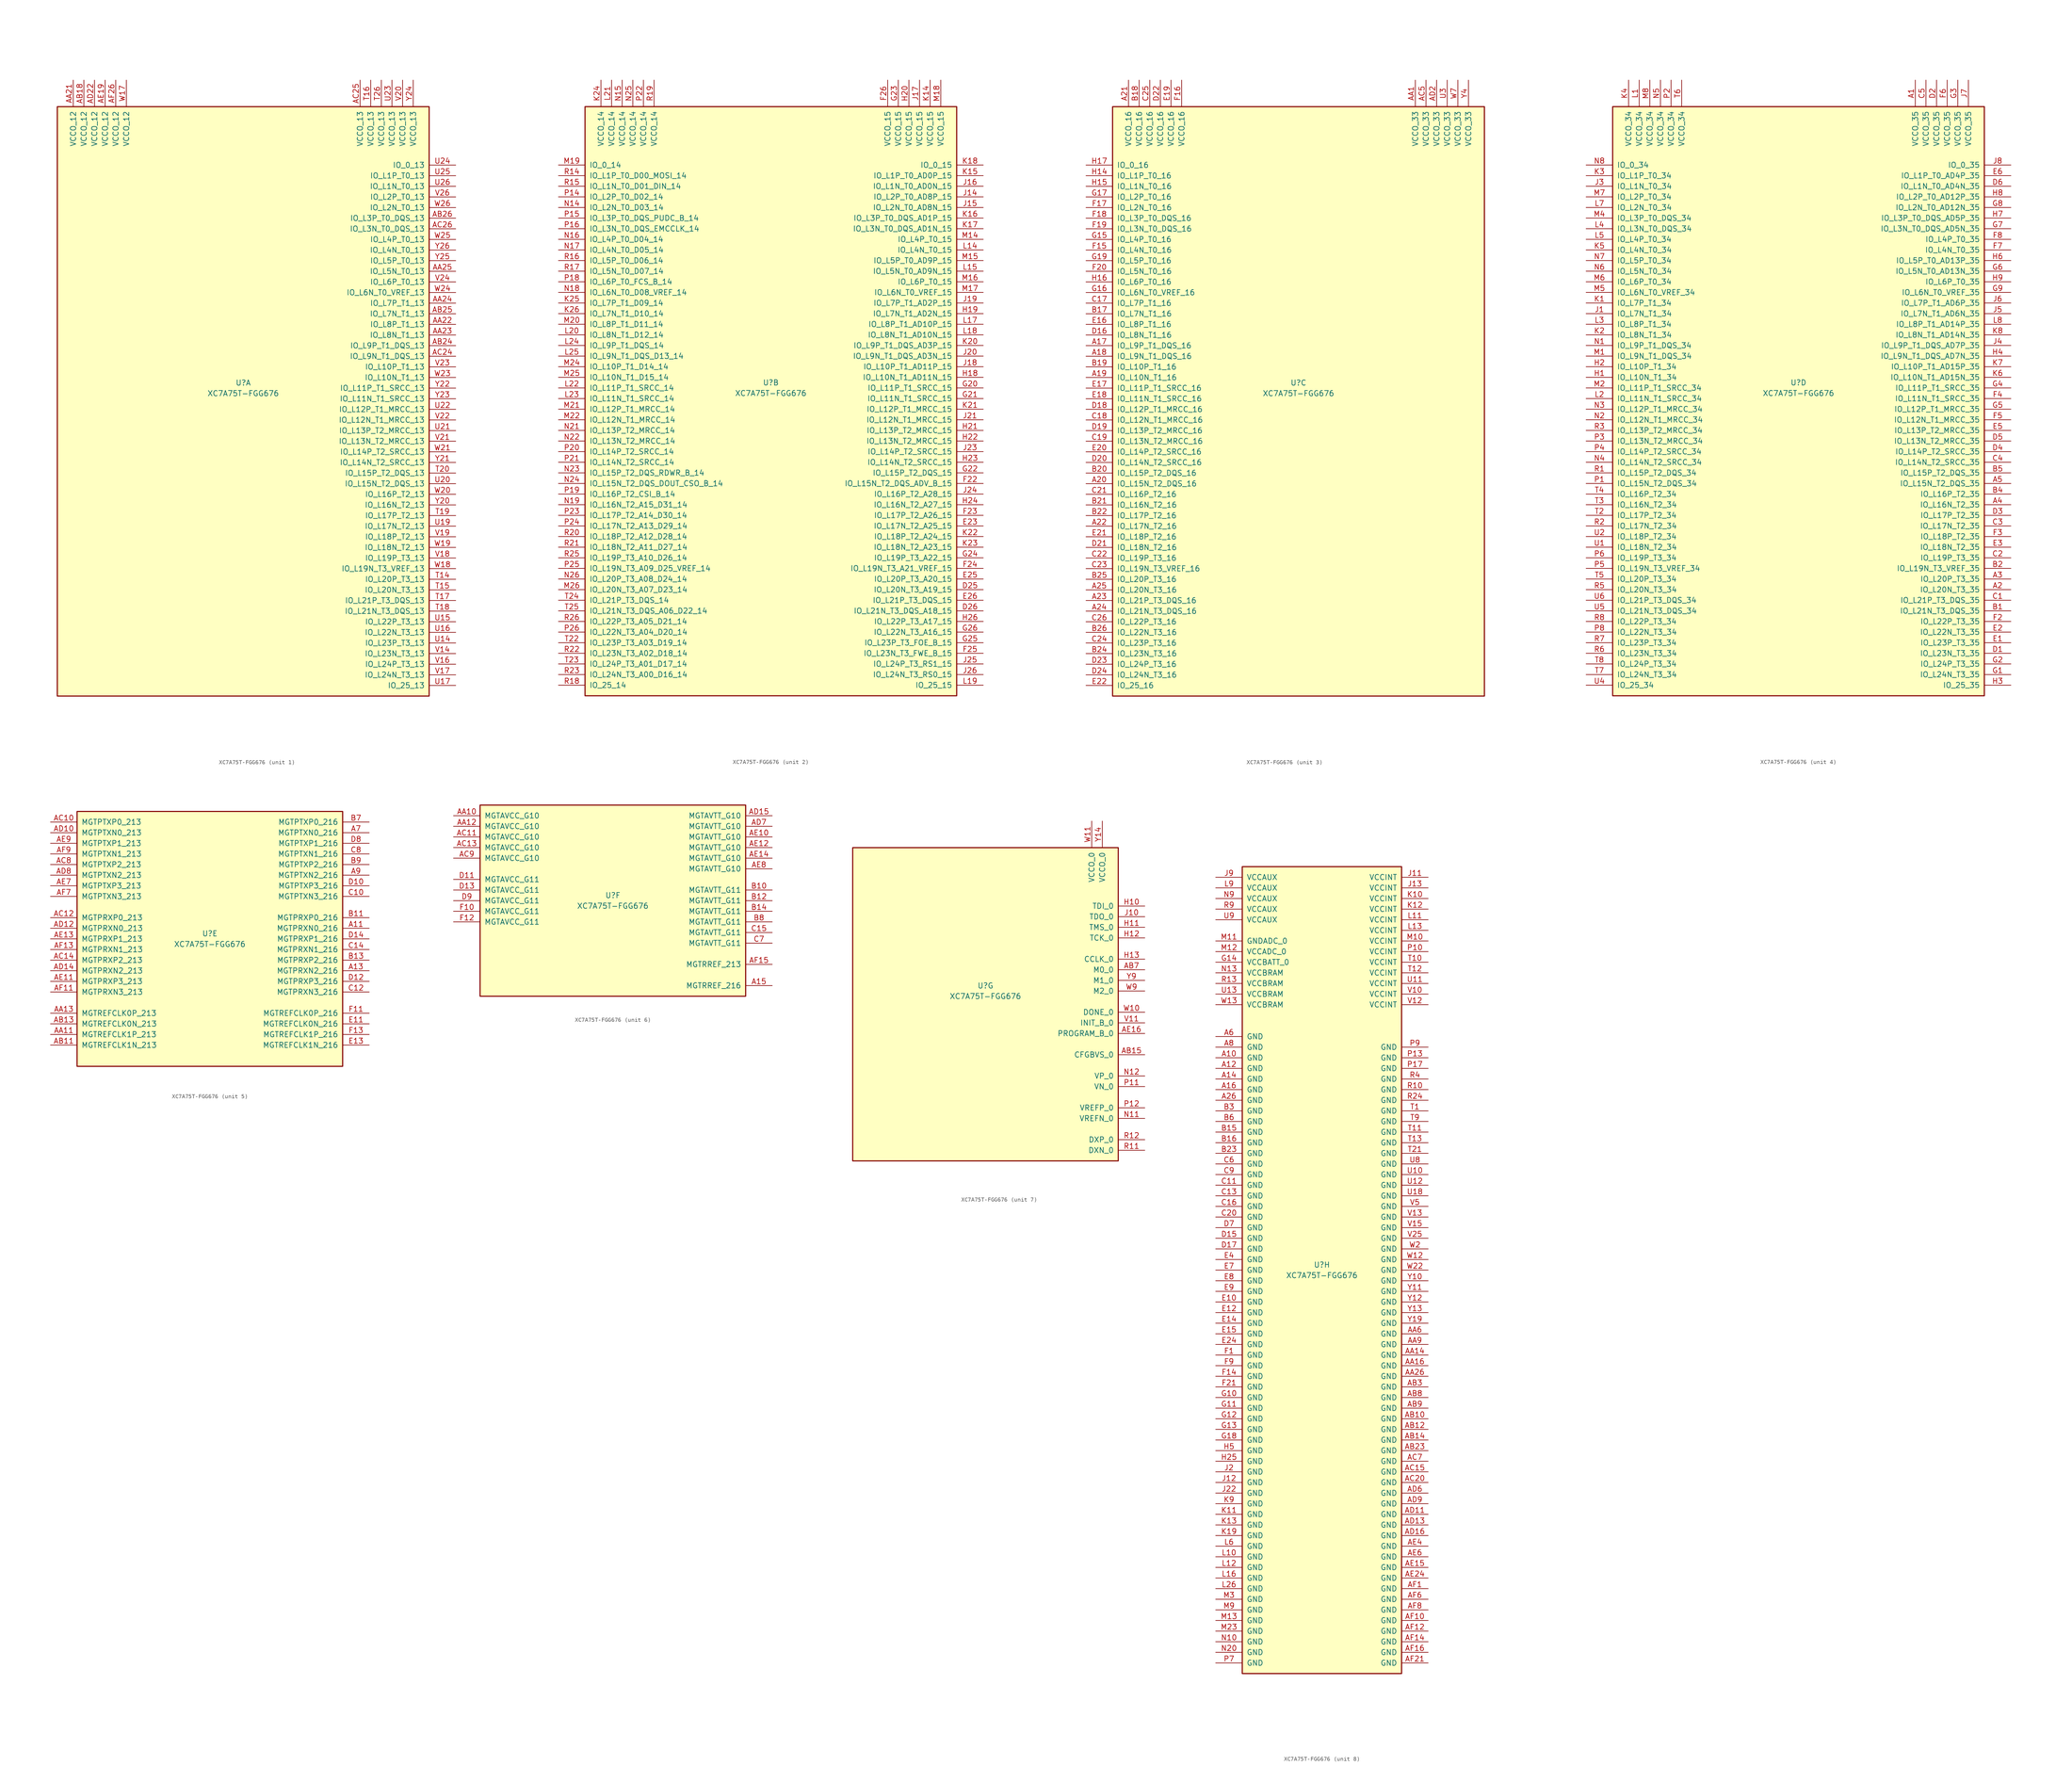
<source format=kicad_sym>
(kicad_symbol_lib
  (version 20201005)
  (generator kicad_symbol_editor)
  (symbol "FPGA_Xilinx_Artix7:XC7A75T-FGG676"
    (pin_names
      (offset 1.016))
    (property "Reference" "U"
      (at 0 1.27 0)
      (effects (font (size 1.27 1.27))))
    (property "Value" "XC7A75T-FGG676"
      (at 0 -1.27 0)
      (effects (font (size 1.27 1.27))))
    (property "Datasheet" ""
      (at 0 0 0)
      (effects (font (size 1.27 1.27))))
    (property "ki_locked" ""
      (at 0 0 0)
      (effects (font (size 1.27 1.27))))
    (symbol "XC7A75T-FGG676_1_1"
      (rectangle (start -44.45 67.31) (end 44.45 -73.66) (stroke (width 0.254)) (fill (type background)))
      (pin power_in line (at -40.64 73.66 270) (length 6.35) (name "VCCO_12" (effects (font (size 1.27 1.27)))) (number "AA21" (effects (font (size 1.27 1.27)))))
      (pin power_in line (at -38.1 73.66 270) (length 6.35) (name "VCCO_12" (effects (font (size 1.27 1.27)))) (number "AB18" (effects (font (size 1.27 1.27)))))
      (pin power_in line (at -35.56 73.66 270) (length 6.35) (name "VCCO_12" (effects (font (size 1.27 1.27)))) (number "AD22" (effects (font (size 1.27 1.27)))))
      (pin power_in line (at -33.02 73.66 270) (length 6.35) (name "VCCO_12" (effects (font (size 1.27 1.27)))) (number "AE19" (effects (font (size 1.27 1.27)))))
      (pin power_in line (at -30.48 73.66 270) (length 6.35) (name "VCCO_12" (effects (font (size 1.27 1.27)))) (number "AF26" (effects (font (size 1.27 1.27)))))
      (pin power_in line (at -27.94 73.66 270) (length 6.35) (name "VCCO_12" (effects (font (size 1.27 1.27)))) (number "W17" (effects (font (size 1.27 1.27)))))
      (pin power_in line (at 27.94 73.66 270) (length 6.35) (name "VCCO_13" (effects (font (size 1.27 1.27)))) (number "AC25" (effects (font (size 1.27 1.27)))))
      (pin power_in line (at 30.48 73.66 270) (length 6.35) (name "VCCO_13" (effects (font (size 1.27 1.27)))) (number "T16" (effects (font (size 1.27 1.27)))))
      (pin power_in line (at 33.02 73.66 270) (length 6.35) (name "VCCO_13" (effects (font (size 1.27 1.27)))) (number "T26" (effects (font (size 1.27 1.27)))))
      (pin power_in line (at 35.56 73.66 270) (length 6.35) (name "VCCO_13" (effects (font (size 1.27 1.27)))) (number "U23" (effects (font (size 1.27 1.27)))))
      (pin power_in line (at 38.1 73.66 270) (length 6.35) (name "VCCO_13" (effects (font (size 1.27 1.27)))) (number "V20" (effects (font (size 1.27 1.27)))))
      (pin power_in line (at 40.64 73.66 270) (length 6.35) (name "VCCO_13" (effects (font (size 1.27 1.27)))) (number "Y24" (effects (font (size 1.27 1.27)))))
      (pin bidirectional line (at 50.8 53.34 180) (length 6.35) (name "IO_0_13" (effects (font (size 1.27 1.27)))) (number "U24" (effects (font (size 1.27 1.27)))))
      (pin bidirectional line (at 50.8 50.8 180) (length 6.35) (name "IO_L1P_T0_13" (effects (font (size 1.27 1.27)))) (number "U25" (effects (font (size 1.27 1.27)))))
      (pin bidirectional line (at 50.8 48.26 180) (length 6.35) (name "IO_L1N_T0_13" (effects (font (size 1.27 1.27)))) (number "U26" (effects (font (size 1.27 1.27)))))
      (pin bidirectional line (at 50.8 45.72 180) (length 6.35) (name "IO_L2P_T0_13" (effects (font (size 1.27 1.27)))) (number "V26" (effects (font (size 1.27 1.27)))))
      (pin bidirectional line (at 50.8 43.18 180) (length 6.35) (name "IO_L2N_T0_13" (effects (font (size 1.27 1.27)))) (number "W26" (effects (font (size 1.27 1.27)))))
      (pin bidirectional line (at 50.8 40.64 180) (length 6.35) (name "IO_L3P_T0_DQS_13" (effects (font (size 1.27 1.27)))) (number "AB26" (effects (font (size 1.27 1.27)))))
      (pin bidirectional line (at 50.8 38.1 180) (length 6.35) (name "IO_L3N_T0_DQS_13" (effects (font (size 1.27 1.27)))) (number "AC26" (effects (font (size 1.27 1.27)))))
      (pin bidirectional line (at 50.8 35.56 180) (length 6.35) (name "IO_L4P_T0_13" (effects (font (size 1.27 1.27)))) (number "W25" (effects (font (size 1.27 1.27)))))
      (pin bidirectional line (at 50.8 33.02 180) (length 6.35) (name "IO_L4N_T0_13" (effects (font (size 1.27 1.27)))) (number "Y26" (effects (font (size 1.27 1.27)))))
      (pin bidirectional line (at 50.8 30.48 180) (length 6.35) (name "IO_L5P_T0_13" (effects (font (size 1.27 1.27)))) (number "Y25" (effects (font (size 1.27 1.27)))))
      (pin bidirectional line (at 50.8 27.94 180) (length 6.35) (name "IO_L5N_T0_13" (effects (font (size 1.27 1.27)))) (number "AA25" (effects (font (size 1.27 1.27)))))
      (pin bidirectional line (at 50.8 25.4 180) (length 6.35) (name "IO_L6P_T0_13" (effects (font (size 1.27 1.27)))) (number "V24" (effects (font (size 1.27 1.27)))))
      (pin bidirectional line (at 50.8 22.86 180) (length 6.35) (name "IO_L6N_T0_VREF_13" (effects (font (size 1.27 1.27)))) (number "W24" (effects (font (size 1.27 1.27)))))
      (pin bidirectional line (at 50.8 20.32 180) (length 6.35) (name "IO_L7P_T1_13" (effects (font (size 1.27 1.27)))) (number "AA24" (effects (font (size 1.27 1.27)))))
      (pin bidirectional line (at 50.8 17.78 180) (length 6.35) (name "IO_L7N_T1_13" (effects (font (size 1.27 1.27)))) (number "AB25" (effects (font (size 1.27 1.27)))))
      (pin bidirectional line (at 50.8 15.24 180) (length 6.35) (name "IO_L8P_T1_13" (effects (font (size 1.27 1.27)))) (number "AA22" (effects (font (size 1.27 1.27)))))
      (pin bidirectional line (at 50.8 12.7 180) (length 6.35) (name "IO_L8N_T1_13" (effects (font (size 1.27 1.27)))) (number "AA23" (effects (font (size 1.27 1.27)))))
      (pin bidirectional line (at 50.8 10.16 180) (length 6.35) (name "IO_L9P_T1_DQS_13" (effects (font (size 1.27 1.27)))) (number "AB24" (effects (font (size 1.27 1.27)))))
      (pin bidirectional line (at 50.8 7.62 180) (length 6.35) (name "IO_L9N_T1_DQS_13" (effects (font (size 1.27 1.27)))) (number "AC24" (effects (font (size 1.27 1.27)))))
      (pin bidirectional line (at 50.8 5.08 180) (length 6.35) (name "IO_L10P_T1_13" (effects (font (size 1.27 1.27)))) (number "V23" (effects (font (size 1.27 1.27)))))
      (pin bidirectional line (at 50.8 2.54 180) (length 6.35) (name "IO_L10N_T1_13" (effects (font (size 1.27 1.27)))) (number "W23" (effects (font (size 1.27 1.27)))))
      (pin bidirectional line (at 50.8 0 180) (length 6.35) (name "IO_L11P_T1_SRCC_13" (effects (font (size 1.27 1.27)))) (number "Y22" (effects (font (size 1.27 1.27)))))
      (pin bidirectional line (at 50.8 -2.54 180) (length 6.35) (name "IO_L11N_T1_SRCC_13" (effects (font (size 1.27 1.27)))) (number "Y23" (effects (font (size 1.27 1.27)))))
      (pin bidirectional line (at 50.8 -5.08 180) (length 6.35) (name "IO_L12P_T1_MRCC_13" (effects (font (size 1.27 1.27)))) (number "U22" (effects (font (size 1.27 1.27)))))
      (pin bidirectional line (at 50.8 -7.62 180) (length 6.35) (name "IO_L12N_T1_MRCC_13" (effects (font (size 1.27 1.27)))) (number "V22" (effects (font (size 1.27 1.27)))))
      (pin bidirectional line (at 50.8 -10.16 180) (length 6.35) (name "IO_L13P_T2_MRCC_13" (effects (font (size 1.27 1.27)))) (number "U21" (effects (font (size 1.27 1.27)))))
      (pin bidirectional line (at 50.8 -12.7 180) (length 6.35) (name "IO_L13N_T2_MRCC_13" (effects (font (size 1.27 1.27)))) (number "V21" (effects (font (size 1.27 1.27)))))
      (pin bidirectional line (at 50.8 -15.24 180) (length 6.35) (name "IO_L14P_T2_SRCC_13" (effects (font (size 1.27 1.27)))) (number "W21" (effects (font (size 1.27 1.27)))))
      (pin bidirectional line (at 50.8 -17.78 180) (length 6.35) (name "IO_L14N_T2_SRCC_13" (effects (font (size 1.27 1.27)))) (number "Y21" (effects (font (size 1.27 1.27)))))
      (pin bidirectional line (at 50.8 -20.32 180) (length 6.35) (name "IO_L15P_T2_DQS_13" (effects (font (size 1.27 1.27)))) (number "T20" (effects (font (size 1.27 1.27)))))
      (pin bidirectional line (at 50.8 -22.86 180) (length 6.35) (name "IO_L15N_T2_DQS_13" (effects (font (size 1.27 1.27)))) (number "U20" (effects (font (size 1.27 1.27)))))
      (pin bidirectional line (at 50.8 -25.4 180) (length 6.35) (name "IO_L16P_T2_13" (effects (font (size 1.27 1.27)))) (number "W20" (effects (font (size 1.27 1.27)))))
      (pin bidirectional line (at 50.8 -27.94 180) (length 6.35) (name "IO_L16N_T2_13" (effects (font (size 1.27 1.27)))) (number "Y20" (effects (font (size 1.27 1.27)))))
      (pin bidirectional line (at 50.8 -30.48 180) (length 6.35) (name "IO_L17P_T2_13" (effects (font (size 1.27 1.27)))) (number "T19" (effects (font (size 1.27 1.27)))))
      (pin bidirectional line (at 50.8 -33.02 180) (length 6.35) (name "IO_L17N_T2_13" (effects (font (size 1.27 1.27)))) (number "U19" (effects (font (size 1.27 1.27)))))
      (pin bidirectional line (at 50.8 -35.56 180) (length 6.35) (name "IO_L18P_T2_13" (effects (font (size 1.27 1.27)))) (number "V19" (effects (font (size 1.27 1.27)))))
      (pin bidirectional line (at 50.8 -38.1 180) (length 6.35) (name "IO_L18N_T2_13" (effects (font (size 1.27 1.27)))) (number "W19" (effects (font (size 1.27 1.27)))))
      (pin bidirectional line (at 50.8 -40.64 180) (length 6.35) (name "IO_L19P_T3_13" (effects (font (size 1.27 1.27)))) (number "V18" (effects (font (size 1.27 1.27)))))
      (pin bidirectional line (at 50.8 -43.18 180) (length 6.35) (name "IO_L19N_T3_VREF_13" (effects (font (size 1.27 1.27)))) (number "W18" (effects (font (size 1.27 1.27)))))
      (pin bidirectional line (at 50.8 -45.72 180) (length 6.35) (name "IO_L20P_T3_13" (effects (font (size 1.27 1.27)))) (number "T14" (effects (font (size 1.27 1.27)))))
      (pin bidirectional line (at 50.8 -48.26 180) (length 6.35) (name "IO_L20N_T3_13" (effects (font (size 1.27 1.27)))) (number "T15" (effects (font (size 1.27 1.27)))))
      (pin bidirectional line (at 50.8 -50.8 180) (length 6.35) (name "IO_L21P_T3_DQS_13" (effects (font (size 1.27 1.27)))) (number "T17" (effects (font (size 1.27 1.27)))))
      (pin bidirectional line (at 50.8 -53.34 180) (length 6.35) (name "IO_L21N_T3_DQS_13" (effects (font (size 1.27 1.27)))) (number "T18" (effects (font (size 1.27 1.27)))))
      (pin bidirectional line (at 50.8 -55.88 180) (length 6.35) (name "IO_L22P_T3_13" (effects (font (size 1.27 1.27)))) (number "U15" (effects (font (size 1.27 1.27)))))
      (pin bidirectional line (at 50.8 -58.42 180) (length 6.35) (name "IO_L22N_T3_13" (effects (font (size 1.27 1.27)))) (number "U16" (effects (font (size 1.27 1.27)))))
      (pin bidirectional line (at 50.8 -60.96 180) (length 6.35) (name "IO_L23P_T3_13" (effects (font (size 1.27 1.27)))) (number "U14" (effects (font (size 1.27 1.27)))))
      (pin bidirectional line (at 50.8 -63.5 180) (length 6.35) (name "IO_L23N_T3_13" (effects (font (size 1.27 1.27)))) (number "V14" (effects (font (size 1.27 1.27)))))
      (pin bidirectional line (at 50.8 -66.04 180) (length 6.35) (name "IO_L24P_T3_13" (effects (font (size 1.27 1.27)))) (number "V16" (effects (font (size 1.27 1.27)))))
      (pin bidirectional line (at 50.8 -68.58 180) (length 6.35) (name "IO_L24N_T3_13" (effects (font (size 1.27 1.27)))) (number "V17" (effects (font (size 1.27 1.27)))))
      (pin bidirectional line (at 50.8 -71.12 180) (length 6.35) (name "IO_25_13" (effects (font (size 1.27 1.27)))) (number "U17" (effects (font (size 1.27 1.27))))))
    (symbol "XC7A75T-FGG676_2_1"
      (rectangle (start -44.45 67.31) (end 44.45 -73.66) (stroke (width 0.254)) (fill (type background)))
      (pin power_in line (at -40.64 73.66 270) (length 6.35) (name "VCCO_14" (effects (font (size 1.27 1.27)))) (number "K24" (effects (font (size 1.27 1.27)))))
      (pin power_in line (at -38.1 73.66 270) (length 6.35) (name "VCCO_14" (effects (font (size 1.27 1.27)))) (number "L21" (effects (font (size 1.27 1.27)))))
      (pin power_in line (at -35.56 73.66 270) (length 6.35) (name "VCCO_14" (effects (font (size 1.27 1.27)))) (number "N15" (effects (font (size 1.27 1.27)))))
      (pin power_in line (at -33.02 73.66 270) (length 6.35) (name "VCCO_14" (effects (font (size 1.27 1.27)))) (number "N25" (effects (font (size 1.27 1.27)))))
      (pin power_in line (at -30.48 73.66 270) (length 6.35) (name "VCCO_14" (effects (font (size 1.27 1.27)))) (number "P22" (effects (font (size 1.27 1.27)))))
      (pin power_in line (at -27.94 73.66 270) (length 6.35) (name "VCCO_14" (effects (font (size 1.27 1.27)))) (number "R19" (effects (font (size 1.27 1.27)))))
      (pin bidirectional line (at -50.8 53.34 0) (length 6.35) (name "IO_0_14" (effects (font (size 1.27 1.27)))) (number "M19" (effects (font (size 1.27 1.27)))))
      (pin bidirectional line (at -50.8 50.8 0) (length 6.35) (name "IO_L1P_T0_D00_MOSI_14" (effects (font (size 1.27 1.27)))) (number "R14" (effects (font (size 1.27 1.27)))))
      (pin bidirectional line (at -50.8 48.26 0) (length 6.35) (name "IO_L1N_T0_D01_DIN_14" (effects (font (size 1.27 1.27)))) (number "R15" (effects (font (size 1.27 1.27)))))
      (pin bidirectional line (at -50.8 45.72 0) (length 6.35) (name "IO_L2P_T0_D02_14" (effects (font (size 1.27 1.27)))) (number "P14" (effects (font (size 1.27 1.27)))))
      (pin bidirectional line (at -50.8 43.18 0) (length 6.35) (name "IO_L2N_T0_D03_14" (effects (font (size 1.27 1.27)))) (number "N14" (effects (font (size 1.27 1.27)))))
      (pin bidirectional line (at -50.8 40.64 0) (length 6.35) (name "IO_L3P_T0_DQS_PUDC_B_14" (effects (font (size 1.27 1.27)))) (number "P15" (effects (font (size 1.27 1.27)))))
      (pin bidirectional line (at -50.8 38.1 0) (length 6.35) (name "IO_L3N_T0_DQS_EMCCLK_14" (effects (font (size 1.27 1.27)))) (number "P16" (effects (font (size 1.27 1.27)))))
      (pin bidirectional line (at -50.8 35.56 0) (length 6.35) (name "IO_L4P_T0_D04_14" (effects (font (size 1.27 1.27)))) (number "N16" (effects (font (size 1.27 1.27)))))
      (pin bidirectional line (at -50.8 33.02 0) (length 6.35) (name "IO_L4N_T0_D05_14" (effects (font (size 1.27 1.27)))) (number "N17" (effects (font (size 1.27 1.27)))))
      (pin bidirectional line (at -50.8 30.48 0) (length 6.35) (name "IO_L5P_T0_D06_14" (effects (font (size 1.27 1.27)))) (number "R16" (effects (font (size 1.27 1.27)))))
      (pin bidirectional line (at -50.8 27.94 0) (length 6.35) (name "IO_L5N_T0_D07_14" (effects (font (size 1.27 1.27)))) (number "R17" (effects (font (size 1.27 1.27)))))
      (pin bidirectional line (at -50.8 25.4 0) (length 6.35) (name "IO_L6P_T0_FCS_B_14" (effects (font (size 1.27 1.27)))) (number "P18" (effects (font (size 1.27 1.27)))))
      (pin bidirectional line (at -50.8 22.86 0) (length 6.35) (name "IO_L6N_T0_D08_VREF_14" (effects (font (size 1.27 1.27)))) (number "N18" (effects (font (size 1.27 1.27)))))
      (pin bidirectional line (at -50.8 20.32 0) (length 6.35) (name "IO_L7P_T1_D09_14" (effects (font (size 1.27 1.27)))) (number "K25" (effects (font (size 1.27 1.27)))))
      (pin bidirectional line (at -50.8 17.78 0) (length 6.35) (name "IO_L7N_T1_D10_14" (effects (font (size 1.27 1.27)))) (number "K26" (effects (font (size 1.27 1.27)))))
      (pin bidirectional line (at -50.8 15.24 0) (length 6.35) (name "IO_L8P_T1_D11_14" (effects (font (size 1.27 1.27)))) (number "M20" (effects (font (size 1.27 1.27)))))
      (pin bidirectional line (at -50.8 12.7 0) (length 6.35) (name "IO_L8N_T1_D12_14" (effects (font (size 1.27 1.27)))) (number "L20" (effects (font (size 1.27 1.27)))))
      (pin bidirectional line (at -50.8 10.16 0) (length 6.35) (name "IO_L9P_T1_DQS_14" (effects (font (size 1.27 1.27)))) (number "L24" (effects (font (size 1.27 1.27)))))
      (pin bidirectional line (at -50.8 7.62 0) (length 6.35) (name "IO_L9N_T1_DQS_D13_14" (effects (font (size 1.27 1.27)))) (number "L25" (effects (font (size 1.27 1.27)))))
      (pin bidirectional line (at -50.8 5.08 0) (length 6.35) (name "IO_L10P_T1_D14_14" (effects (font (size 1.27 1.27)))) (number "M24" (effects (font (size 1.27 1.27)))))
      (pin bidirectional line (at -50.8 2.54 0) (length 6.35) (name "IO_L10N_T1_D15_14" (effects (font (size 1.27 1.27)))) (number "M25" (effects (font (size 1.27 1.27)))))
      (pin bidirectional line (at -50.8 0 0) (length 6.35) (name "IO_L11P_T1_SRCC_14" (effects (font (size 1.27 1.27)))) (number "L22" (effects (font (size 1.27 1.27)))))
      (pin bidirectional line (at -50.8 -2.54 0) (length 6.35) (name "IO_L11N_T1_SRCC_14" (effects (font (size 1.27 1.27)))) (number "L23" (effects (font (size 1.27 1.27)))))
      (pin bidirectional line (at -50.8 -5.08 0) (length 6.35) (name "IO_L12P_T1_MRCC_14" (effects (font (size 1.27 1.27)))) (number "M21" (effects (font (size 1.27 1.27)))))
      (pin bidirectional line (at -50.8 -7.62 0) (length 6.35) (name "IO_L12N_T1_MRCC_14" (effects (font (size 1.27 1.27)))) (number "M22" (effects (font (size 1.27 1.27)))))
      (pin bidirectional line (at -50.8 -10.16 0) (length 6.35) (name "IO_L13P_T2_MRCC_14" (effects (font (size 1.27 1.27)))) (number "N21" (effects (font (size 1.27 1.27)))))
      (pin bidirectional line (at -50.8 -12.7 0) (length 6.35) (name "IO_L13N_T2_MRCC_14" (effects (font (size 1.27 1.27)))) (number "N22" (effects (font (size 1.27 1.27)))))
      (pin bidirectional line (at -50.8 -15.24 0) (length 6.35) (name "IO_L14P_T2_SRCC_14" (effects (font (size 1.27 1.27)))) (number "P20" (effects (font (size 1.27 1.27)))))
      (pin bidirectional line (at -50.8 -17.78 0) (length 6.35) (name "IO_L14N_T2_SRCC_14" (effects (font (size 1.27 1.27)))) (number "P21" (effects (font (size 1.27 1.27)))))
      (pin bidirectional line (at -50.8 -20.32 0) (length 6.35) (name "IO_L15P_T2_DQS_RDWR_B_14" (effects (font (size 1.27 1.27)))) (number "N23" (effects (font (size 1.27 1.27)))))
      (pin bidirectional line (at -50.8 -22.86 0) (length 6.35) (name "IO_L15N_T2_DQS_DOUT_CSO_B_14" (effects (font (size 1.27 1.27)))) (number "N24" (effects (font (size 1.27 1.27)))))
      (pin bidirectional line (at -50.8 -25.4 0) (length 6.35) (name "IO_L16P_T2_CSI_B_14" (effects (font (size 1.27 1.27)))) (number "P19" (effects (font (size 1.27 1.27)))))
      (pin bidirectional line (at -50.8 -27.94 0) (length 6.35) (name "IO_L16N_T2_A15_D31_14" (effects (font (size 1.27 1.27)))) (number "N19" (effects (font (size 1.27 1.27)))))
      (pin bidirectional line (at -50.8 -30.48 0) (length 6.35) (name "IO_L17P_T2_A14_D30_14" (effects (font (size 1.27 1.27)))) (number "P23" (effects (font (size 1.27 1.27)))))
      (pin bidirectional line (at -50.8 -33.02 0) (length 6.35) (name "IO_L17N_T2_A13_D29_14" (effects (font (size 1.27 1.27)))) (number "P24" (effects (font (size 1.27 1.27)))))
      (pin bidirectional line (at -50.8 -35.56 0) (length 6.35) (name "IO_L18P_T2_A12_D28_14" (effects (font (size 1.27 1.27)))) (number "R20" (effects (font (size 1.27 1.27)))))
      (pin bidirectional line (at -50.8 -38.1 0) (length 6.35) (name "IO_L18N_T2_A11_D27_14" (effects (font (size 1.27 1.27)))) (number "R21" (effects (font (size 1.27 1.27)))))
      (pin bidirectional line (at -50.8 -40.64 0) (length 6.35) (name "IO_L19P_T3_A10_D26_14" (effects (font (size 1.27 1.27)))) (number "R25" (effects (font (size 1.27 1.27)))))
      (pin bidirectional line (at -50.8 -43.18 0) (length 6.35) (name "IO_L19N_T3_A09_D25_VREF_14" (effects (font (size 1.27 1.27)))) (number "P25" (effects (font (size 1.27 1.27)))))
      (pin bidirectional line (at -50.8 -45.72 0) (length 6.35) (name "IO_L20P_T3_A08_D24_14" (effects (font (size 1.27 1.27)))) (number "N26" (effects (font (size 1.27 1.27)))))
      (pin bidirectional line (at -50.8 -48.26 0) (length 6.35) (name "IO_L20N_T3_A07_D23_14" (effects (font (size 1.27 1.27)))) (number "M26" (effects (font (size 1.27 1.27)))))
      (pin bidirectional line (at -50.8 -50.8 0) (length 6.35) (name "IO_L21P_T3_DQS_14" (effects (font (size 1.27 1.27)))) (number "T24" (effects (font (size 1.27 1.27)))))
      (pin bidirectional line (at -50.8 -53.34 0) (length 6.35) (name "IO_L21N_T3_DQS_A06_D22_14" (effects (font (size 1.27 1.27)))) (number "T25" (effects (font (size 1.27 1.27)))))
      (pin bidirectional line (at -50.8 -55.88 0) (length 6.35) (name "IO_L22P_T3_A05_D21_14" (effects (font (size 1.27 1.27)))) (number "R26" (effects (font (size 1.27 1.27)))))
      (pin bidirectional line (at -50.8 -58.42 0) (length 6.35) (name "IO_L22N_T3_A04_D20_14" (effects (font (size 1.27 1.27)))) (number "P26" (effects (font (size 1.27 1.27)))))
      (pin bidirectional line (at -50.8 -60.96 0) (length 6.35) (name "IO_L23P_T3_A03_D19_14" (effects (font (size 1.27 1.27)))) (number "T22" (effects (font (size 1.27 1.27)))))
      (pin bidirectional line (at -50.8 -63.5 0) (length 6.35) (name "IO_L23N_T3_A02_D18_14" (effects (font (size 1.27 1.27)))) (number "R22" (effects (font (size 1.27 1.27)))))
      (pin bidirectional line (at -50.8 -66.04 0) (length 6.35) (name "IO_L24P_T3_A01_D17_14" (effects (font (size 1.27 1.27)))) (number "T23" (effects (font (size 1.27 1.27)))))
      (pin bidirectional line (at -50.8 -68.58 0) (length 6.35) (name "IO_L24N_T3_A00_D16_14" (effects (font (size 1.27 1.27)))) (number "R23" (effects (font (size 1.27 1.27)))))
      (pin bidirectional line (at -50.8 -71.12 0) (length 6.35) (name "IO_25_14" (effects (font (size 1.27 1.27)))) (number "R18" (effects (font (size 1.27 1.27)))))
      (pin power_in line (at 27.94 73.66 270) (length 6.35) (name "VCCO_15" (effects (font (size 1.27 1.27)))) (number "F26" (effects (font (size 1.27 1.27)))))
      (pin power_in line (at 30.48 73.66 270) (length 6.35) (name "VCCO_15" (effects (font (size 1.27 1.27)))) (number "G23" (effects (font (size 1.27 1.27)))))
      (pin power_in line (at 33.02 73.66 270) (length 6.35) (name "VCCO_15" (effects (font (size 1.27 1.27)))) (number "H20" (effects (font (size 1.27 1.27)))))
      (pin power_in line (at 35.56 73.66 270) (length 6.35) (name "VCCO_15" (effects (font (size 1.27 1.27)))) (number "J17" (effects (font (size 1.27 1.27)))))
      (pin power_in line (at 38.1 73.66 270) (length 6.35) (name "VCCO_15" (effects (font (size 1.27 1.27)))) (number "K14" (effects (font (size 1.27 1.27)))))
      (pin power_in line (at 40.64 73.66 270) (length 6.35) (name "VCCO_15" (effects (font (size 1.27 1.27)))) (number "M18" (effects (font (size 1.27 1.27)))))
      (pin bidirectional line (at 50.8 53.34 180) (length 6.35) (name "IO_0_15" (effects (font (size 1.27 1.27)))) (number "K18" (effects (font (size 1.27 1.27)))))
      (pin bidirectional line (at 50.8 50.8 180) (length 6.35) (name "IO_L1P_T0_AD0P_15" (effects (font (size 1.27 1.27)))) (number "K15" (effects (font (size 1.27 1.27)))))
      (pin bidirectional line (at 50.8 48.26 180) (length 6.35) (name "IO_L1N_T0_AD0N_15" (effects (font (size 1.27 1.27)))) (number "J16" (effects (font (size 1.27 1.27)))))
      (pin bidirectional line (at 50.8 45.72 180) (length 6.35) (name "IO_L2P_T0_AD8P_15" (effects (font (size 1.27 1.27)))) (number "J14" (effects (font (size 1.27 1.27)))))
      (pin bidirectional line (at 50.8 43.18 180) (length 6.35) (name "IO_L2N_T0_AD8N_15" (effects (font (size 1.27 1.27)))) (number "J15" (effects (font (size 1.27 1.27)))))
      (pin bidirectional line (at 50.8 40.64 180) (length 6.35) (name "IO_L3P_T0_DQS_AD1P_15" (effects (font (size 1.27 1.27)))) (number "K16" (effects (font (size 1.27 1.27)))))
      (pin bidirectional line (at 50.8 38.1 180) (length 6.35) (name "IO_L3N_T0_DQS_AD1N_15" (effects (font (size 1.27 1.27)))) (number "K17" (effects (font (size 1.27 1.27)))))
      (pin bidirectional line (at 50.8 35.56 180) (length 6.35) (name "IO_L4P_T0_15" (effects (font (size 1.27 1.27)))) (number "M14" (effects (font (size 1.27 1.27)))))
      (pin bidirectional line (at 50.8 33.02 180) (length 6.35) (name "IO_L4N_T0_15" (effects (font (size 1.27 1.27)))) (number "L14" (effects (font (size 1.27 1.27)))))
      (pin bidirectional line (at 50.8 30.48 180) (length 6.35) (name "IO_L5P_T0_AD9P_15" (effects (font (size 1.27 1.27)))) (number "M15" (effects (font (size 1.27 1.27)))))
      (pin bidirectional line (at 50.8 27.94 180) (length 6.35) (name "IO_L5N_T0_AD9N_15" (effects (font (size 1.27 1.27)))) (number "L15" (effects (font (size 1.27 1.27)))))
      (pin bidirectional line (at 50.8 25.4 180) (length 6.35) (name "IO_L6P_T0_15" (effects (font (size 1.27 1.27)))) (number "M16" (effects (font (size 1.27 1.27)))))
      (pin bidirectional line (at 50.8 22.86 180) (length 6.35) (name "IO_L6N_T0_VREF_15" (effects (font (size 1.27 1.27)))) (number "M17" (effects (font (size 1.27 1.27)))))
      (pin bidirectional line (at 50.8 20.32 180) (length 6.35) (name "IO_L7P_T1_AD2P_15" (effects (font (size 1.27 1.27)))) (number "J19" (effects (font (size 1.27 1.27)))))
      (pin bidirectional line (at 50.8 17.78 180) (length 6.35) (name "IO_L7N_T1_AD2N_15" (effects (font (size 1.27 1.27)))) (number "H19" (effects (font (size 1.27 1.27)))))
      (pin bidirectional line (at 50.8 15.24 180) (length 6.35) (name "IO_L8P_T1_AD10P_15" (effects (font (size 1.27 1.27)))) (number "L17" (effects (font (size 1.27 1.27)))))
      (pin bidirectional line (at 50.8 12.7 180) (length 6.35) (name "IO_L8N_T1_AD10N_15" (effects (font (size 1.27 1.27)))) (number "L18" (effects (font (size 1.27 1.27)))))
      (pin bidirectional line (at 50.8 10.16 180) (length 6.35) (name "IO_L9P_T1_DQS_AD3P_15" (effects (font (size 1.27 1.27)))) (number "K20" (effects (font (size 1.27 1.27)))))
      (pin bidirectional line (at 50.8 7.62 180) (length 6.35) (name "IO_L9N_T1_DQS_AD3N_15" (effects (font (size 1.27 1.27)))) (number "J20" (effects (font (size 1.27 1.27)))))
      (pin bidirectional line (at 50.8 5.08 180) (length 6.35) (name "IO_L10P_T1_AD11P_15" (effects (font (size 1.27 1.27)))) (number "J18" (effects (font (size 1.27 1.27)))))
      (pin bidirectional line (at 50.8 2.54 180) (length 6.35) (name "IO_L10N_T1_AD11N_15" (effects (font (size 1.27 1.27)))) (number "H18" (effects (font (size 1.27 1.27)))))
      (pin bidirectional line (at 50.8 0 180) (length 6.35) (name "IO_L11P_T1_SRCC_15" (effects (font (size 1.27 1.27)))) (number "G20" (effects (font (size 1.27 1.27)))))
      (pin bidirectional line (at 50.8 -2.54 180) (length 6.35) (name "IO_L11N_T1_SRCC_15" (effects (font (size 1.27 1.27)))) (number "G21" (effects (font (size 1.27 1.27)))))
      (pin bidirectional line (at 50.8 -5.08 180) (length 6.35) (name "IO_L12P_T1_MRCC_15" (effects (font (size 1.27 1.27)))) (number "K21" (effects (font (size 1.27 1.27)))))
      (pin bidirectional line (at 50.8 -7.62 180) (length 6.35) (name "IO_L12N_T1_MRCC_15" (effects (font (size 1.27 1.27)))) (number "J21" (effects (font (size 1.27 1.27)))))
      (pin bidirectional line (at 50.8 -10.16 180) (length 6.35) (name "IO_L13P_T2_MRCC_15" (effects (font (size 1.27 1.27)))) (number "H21" (effects (font (size 1.27 1.27)))))
      (pin bidirectional line (at 50.8 -12.7 180) (length 6.35) (name "IO_L13N_T2_MRCC_15" (effects (font (size 1.27 1.27)))) (number "H22" (effects (font (size 1.27 1.27)))))
      (pin bidirectional line (at 50.8 -15.24 180) (length 6.35) (name "IO_L14P_T2_SRCC_15" (effects (font (size 1.27 1.27)))) (number "J23" (effects (font (size 1.27 1.27)))))
      (pin bidirectional line (at 50.8 -17.78 180) (length 6.35) (name "IO_L14N_T2_SRCC_15" (effects (font (size 1.27 1.27)))) (number "H23" (effects (font (size 1.27 1.27)))))
      (pin bidirectional line (at 50.8 -20.32 180) (length 6.35) (name "IO_L15P_T2_DQS_15" (effects (font (size 1.27 1.27)))) (number "G22" (effects (font (size 1.27 1.27)))))
      (pin bidirectional line (at 50.8 -22.86 180) (length 6.35) (name "IO_L15N_T2_DQS_ADV_B_15" (effects (font (size 1.27 1.27)))) (number "F22" (effects (font (size 1.27 1.27)))))
      (pin bidirectional line (at 50.8 -25.4 180) (length 6.35) (name "IO_L16P_T2_A28_15" (effects (font (size 1.27 1.27)))) (number "J24" (effects (font (size 1.27 1.27)))))
      (pin bidirectional line (at 50.8 -27.94 180) (length 6.35) (name "IO_L16N_T2_A27_15" (effects (font (size 1.27 1.27)))) (number "H24" (effects (font (size 1.27 1.27)))))
      (pin bidirectional line (at 50.8 -30.48 180) (length 6.35) (name "IO_L17P_T2_A26_15" (effects (font (size 1.27 1.27)))) (number "F23" (effects (font (size 1.27 1.27)))))
      (pin bidirectional line (at 50.8 -33.02 180) (length 6.35) (name "IO_L17N_T2_A25_15" (effects (font (size 1.27 1.27)))) (number "E23" (effects (font (size 1.27 1.27)))))
      (pin bidirectional line (at 50.8 -35.56 180) (length 6.35) (name "IO_L18P_T2_A24_15" (effects (font (size 1.27 1.27)))) (number "K22" (effects (font (size 1.27 1.27)))))
      (pin bidirectional line (at 50.8 -38.1 180) (length 6.35) (name "IO_L18N_T2_A23_15" (effects (font (size 1.27 1.27)))) (number "K23" (effects (font (size 1.27 1.27)))))
      (pin bidirectional line (at 50.8 -40.64 180) (length 6.35) (name "IO_L19P_T3_A22_15" (effects (font (size 1.27 1.27)))) (number "G24" (effects (font (size 1.27 1.27)))))
      (pin bidirectional line (at 50.8 -43.18 180) (length 6.35) (name "IO_L19N_T3_A21_VREF_15" (effects (font (size 1.27 1.27)))) (number "F24" (effects (font (size 1.27 1.27)))))
      (pin bidirectional line (at 50.8 -45.72 180) (length 6.35) (name "IO_L20P_T3_A20_15" (effects (font (size 1.27 1.27)))) (number "E25" (effects (font (size 1.27 1.27)))))
      (pin bidirectional line (at 50.8 -48.26 180) (length 6.35) (name "IO_L20N_T3_A19_15" (effects (font (size 1.27 1.27)))) (number "D25" (effects (font (size 1.27 1.27)))))
      (pin bidirectional line (at 50.8 -50.8 180) (length 6.35) (name "IO_L21P_T3_DQS_15" (effects (font (size 1.27 1.27)))) (number "E26" (effects (font (size 1.27 1.27)))))
      (pin bidirectional line (at 50.8 -53.34 180) (length 6.35) (name "IO_L21N_T3_DQS_A18_15" (effects (font (size 1.27 1.27)))) (number "D26" (effects (font (size 1.27 1.27)))))
      (pin bidirectional line (at 50.8 -55.88 180) (length 6.35) (name "IO_L22P_T3_A17_15" (effects (font (size 1.27 1.27)))) (number "H26" (effects (font (size 1.27 1.27)))))
      (pin bidirectional line (at 50.8 -58.42 180) (length 6.35) (name "IO_L22N_T3_A16_15" (effects (font (size 1.27 1.27)))) (number "G26" (effects (font (size 1.27 1.27)))))
      (pin bidirectional line (at 50.8 -60.96 180) (length 6.35) (name "IO_L23P_T3_FOE_B_15" (effects (font (size 1.27 1.27)))) (number "G25" (effects (font (size 1.27 1.27)))))
      (pin bidirectional line (at 50.8 -63.5 180) (length 6.35) (name "IO_L23N_T3_FWE_B_15" (effects (font (size 1.27 1.27)))) (number "F25" (effects (font (size 1.27 1.27)))))
      (pin bidirectional line (at 50.8 -66.04 180) (length 6.35) (name "IO_L24P_T3_RS1_15" (effects (font (size 1.27 1.27)))) (number "J25" (effects (font (size 1.27 1.27)))))
      (pin bidirectional line (at 50.8 -68.58 180) (length 6.35) (name "IO_L24N_T3_RS0_15" (effects (font (size 1.27 1.27)))) (number "J26" (effects (font (size 1.27 1.27)))))
      (pin bidirectional line (at 50.8 -71.12 180) (length 6.35) (name "IO_25_15" (effects (font (size 1.27 1.27)))) (number "L19" (effects (font (size 1.27 1.27))))))
    (symbol "XC7A75T-FGG676_3_1"
      (rectangle (start -44.45 67.31) (end 44.45 -73.66) (stroke (width 0.254)) (fill (type background)))
      (pin power_in line (at -40.64 73.66 270) (length 6.35) (name "VCCO_16" (effects (font (size 1.27 1.27)))) (number "A21" (effects (font (size 1.27 1.27)))))
      (pin power_in line (at -38.1 73.66 270) (length 6.35) (name "VCCO_16" (effects (font (size 1.27 1.27)))) (number "B18" (effects (font (size 1.27 1.27)))))
      (pin power_in line (at -35.56 73.66 270) (length 6.35) (name "VCCO_16" (effects (font (size 1.27 1.27)))) (number "C25" (effects (font (size 1.27 1.27)))))
      (pin power_in line (at -33.02 73.66 270) (length 6.35) (name "VCCO_16" (effects (font (size 1.27 1.27)))) (number "D22" (effects (font (size 1.27 1.27)))))
      (pin power_in line (at -30.48 73.66 270) (length 6.35) (name "VCCO_16" (effects (font (size 1.27 1.27)))) (number "E19" (effects (font (size 1.27 1.27)))))
      (pin power_in line (at -27.94 73.66 270) (length 6.35) (name "VCCO_16" (effects (font (size 1.27 1.27)))) (number "F16" (effects (font (size 1.27 1.27)))))
      (pin bidirectional line (at -50.8 53.34 0) (length 6.35) (name "IO_0_16" (effects (font (size 1.27 1.27)))) (number "H17" (effects (font (size 1.27 1.27)))))
      (pin bidirectional line (at -50.8 50.8 0) (length 6.35) (name "IO_L1P_T0_16" (effects (font (size 1.27 1.27)))) (number "H14" (effects (font (size 1.27 1.27)))))
      (pin bidirectional line (at -50.8 48.26 0) (length 6.35) (name "IO_L1N_T0_16" (effects (font (size 1.27 1.27)))) (number "H15" (effects (font (size 1.27 1.27)))))
      (pin bidirectional line (at -50.8 45.72 0) (length 6.35) (name "IO_L2P_T0_16" (effects (font (size 1.27 1.27)))) (number "G17" (effects (font (size 1.27 1.27)))))
      (pin bidirectional line (at -50.8 43.18 0) (length 6.35) (name "IO_L2N_T0_16" (effects (font (size 1.27 1.27)))) (number "F17" (effects (font (size 1.27 1.27)))))
      (pin bidirectional line (at -50.8 40.64 0) (length 6.35) (name "IO_L3P_T0_DQS_16" (effects (font (size 1.27 1.27)))) (number "F18" (effects (font (size 1.27 1.27)))))
      (pin bidirectional line (at -50.8 38.1 0) (length 6.35) (name "IO_L3N_T0_DQS_16" (effects (font (size 1.27 1.27)))) (number "F19" (effects (font (size 1.27 1.27)))))
      (pin bidirectional line (at -50.8 35.56 0) (length 6.35) (name "IO_L4P_T0_16" (effects (font (size 1.27 1.27)))) (number "G15" (effects (font (size 1.27 1.27)))))
      (pin bidirectional line (at -50.8 33.02 0) (length 6.35) (name "IO_L4N_T0_16" (effects (font (size 1.27 1.27)))) (number "F15" (effects (font (size 1.27 1.27)))))
      (pin bidirectional line (at -50.8 30.48 0) (length 6.35) (name "IO_L5P_T0_16" (effects (font (size 1.27 1.27)))) (number "G19" (effects (font (size 1.27 1.27)))))
      (pin bidirectional line (at -50.8 27.94 0) (length 6.35) (name "IO_L5N_T0_16" (effects (font (size 1.27 1.27)))) (number "F20" (effects (font (size 1.27 1.27)))))
      (pin bidirectional line (at -50.8 25.4 0) (length 6.35) (name "IO_L6P_T0_16" (effects (font (size 1.27 1.27)))) (number "H16" (effects (font (size 1.27 1.27)))))
      (pin bidirectional line (at -50.8 22.86 0) (length 6.35) (name "IO_L6N_T0_VREF_16" (effects (font (size 1.27 1.27)))) (number "G16" (effects (font (size 1.27 1.27)))))
      (pin bidirectional line (at -50.8 20.32 0) (length 6.35) (name "IO_L7P_T1_16" (effects (font (size 1.27 1.27)))) (number "C17" (effects (font (size 1.27 1.27)))))
      (pin bidirectional line (at -50.8 17.78 0) (length 6.35) (name "IO_L7N_T1_16" (effects (font (size 1.27 1.27)))) (number "B17" (effects (font (size 1.27 1.27)))))
      (pin bidirectional line (at -50.8 15.24 0) (length 6.35) (name "IO_L8P_T1_16" (effects (font (size 1.27 1.27)))) (number "E16" (effects (font (size 1.27 1.27)))))
      (pin bidirectional line (at -50.8 12.7 0) (length 6.35) (name "IO_L8N_T1_16" (effects (font (size 1.27 1.27)))) (number "D16" (effects (font (size 1.27 1.27)))))
      (pin bidirectional line (at -50.8 10.16 0) (length 6.35) (name "IO_L9P_T1_DQS_16" (effects (font (size 1.27 1.27)))) (number "A17" (effects (font (size 1.27 1.27)))))
      (pin bidirectional line (at -50.8 7.62 0) (length 6.35) (name "IO_L9N_T1_DQS_16" (effects (font (size 1.27 1.27)))) (number "A18" (effects (font (size 1.27 1.27)))))
      (pin bidirectional line (at -50.8 5.08 0) (length 6.35) (name "IO_L10P_T1_16" (effects (font (size 1.27 1.27)))) (number "B19" (effects (font (size 1.27 1.27)))))
      (pin bidirectional line (at -50.8 2.54 0) (length 6.35) (name "IO_L10N_T1_16" (effects (font (size 1.27 1.27)))) (number "A19" (effects (font (size 1.27 1.27)))))
      (pin bidirectional line (at -50.8 0 0) (length 6.35) (name "IO_L11P_T1_SRCC_16" (effects (font (size 1.27 1.27)))) (number "E17" (effects (font (size 1.27 1.27)))))
      (pin bidirectional line (at -50.8 -2.54 0) (length 6.35) (name "IO_L11N_T1_SRCC_16" (effects (font (size 1.27 1.27)))) (number "E18" (effects (font (size 1.27 1.27)))))
      (pin bidirectional line (at -50.8 -5.08 0) (length 6.35) (name "IO_L12P_T1_MRCC_16" (effects (font (size 1.27 1.27)))) (number "D18" (effects (font (size 1.27 1.27)))))
      (pin bidirectional line (at -50.8 -7.62 0) (length 6.35) (name "IO_L12N_T1_MRCC_16" (effects (font (size 1.27 1.27)))) (number "C18" (effects (font (size 1.27 1.27)))))
      (pin bidirectional line (at -50.8 -10.16 0) (length 6.35) (name "IO_L13P_T2_MRCC_16" (effects (font (size 1.27 1.27)))) (number "D19" (effects (font (size 1.27 1.27)))))
      (pin bidirectional line (at -50.8 -12.7 0) (length 6.35) (name "IO_L13N_T2_MRCC_16" (effects (font (size 1.27 1.27)))) (number "C19" (effects (font (size 1.27 1.27)))))
      (pin bidirectional line (at -50.8 -15.24 0) (length 6.35) (name "IO_L14P_T2_SRCC_16" (effects (font (size 1.27 1.27)))) (number "E20" (effects (font (size 1.27 1.27)))))
      (pin bidirectional line (at -50.8 -17.78 0) (length 6.35) (name "IO_L14N_T2_SRCC_16" (effects (font (size 1.27 1.27)))) (number "D20" (effects (font (size 1.27 1.27)))))
      (pin bidirectional line (at -50.8 -20.32 0) (length 6.35) (name "IO_L15P_T2_DQS_16" (effects (font (size 1.27 1.27)))) (number "B20" (effects (font (size 1.27 1.27)))))
      (pin bidirectional line (at -50.8 -22.86 0) (length 6.35) (name "IO_L15N_T2_DQS_16" (effects (font (size 1.27 1.27)))) (number "A20" (effects (font (size 1.27 1.27)))))
      (pin bidirectional line (at -50.8 -25.4 0) (length 6.35) (name "IO_L16P_T2_16" (effects (font (size 1.27 1.27)))) (number "C21" (effects (font (size 1.27 1.27)))))
      (pin bidirectional line (at -50.8 -27.94 0) (length 6.35) (name "IO_L16N_T2_16" (effects (font (size 1.27 1.27)))) (number "B21" (effects (font (size 1.27 1.27)))))
      (pin bidirectional line (at -50.8 -30.48 0) (length 6.35) (name "IO_L17P_T2_16" (effects (font (size 1.27 1.27)))) (number "B22" (effects (font (size 1.27 1.27)))))
      (pin bidirectional line (at -50.8 -33.02 0) (length 6.35) (name "IO_L17N_T2_16" (effects (font (size 1.27 1.27)))) (number "A22" (effects (font (size 1.27 1.27)))))
      (pin bidirectional line (at -50.8 -35.56 0) (length 6.35) (name "IO_L18P_T2_16" (effects (font (size 1.27 1.27)))) (number "E21" (effects (font (size 1.27 1.27)))))
      (pin bidirectional line (at -50.8 -38.1 0) (length 6.35) (name "IO_L18N_T2_16" (effects (font (size 1.27 1.27)))) (number "D21" (effects (font (size 1.27 1.27)))))
      (pin bidirectional line (at -50.8 -40.64 0) (length 6.35) (name "IO_L19P_T3_16" (effects (font (size 1.27 1.27)))) (number "C22" (effects (font (size 1.27 1.27)))))
      (pin bidirectional line (at -50.8 -43.18 0) (length 6.35) (name "IO_L19N_T3_VREF_16" (effects (font (size 1.27 1.27)))) (number "C23" (effects (font (size 1.27 1.27)))))
      (pin bidirectional line (at -50.8 -45.72 0) (length 6.35) (name "IO_L20P_T3_16" (effects (font (size 1.27 1.27)))) (number "B25" (effects (font (size 1.27 1.27)))))
      (pin bidirectional line (at -50.8 -48.26 0) (length 6.35) (name "IO_L20N_T3_16" (effects (font (size 1.27 1.27)))) (number "A25" (effects (font (size 1.27 1.27)))))
      (pin bidirectional line (at -50.8 -50.8 0) (length 6.35) (name "IO_L21P_T3_DQS_16" (effects (font (size 1.27 1.27)))) (number "A23" (effects (font (size 1.27 1.27)))))
      (pin bidirectional line (at -50.8 -53.34 0) (length 6.35) (name "IO_L21N_T3_DQS_16" (effects (font (size 1.27 1.27)))) (number "A24" (effects (font (size 1.27 1.27)))))
      (pin bidirectional line (at -50.8 -55.88 0) (length 6.35) (name "IO_L22P_T3_16" (effects (font (size 1.27 1.27)))) (number "C26" (effects (font (size 1.27 1.27)))))
      (pin bidirectional line (at -50.8 -58.42 0) (length 6.35) (name "IO_L22N_T3_16" (effects (font (size 1.27 1.27)))) (number "B26" (effects (font (size 1.27 1.27)))))
      (pin bidirectional line (at -50.8 -60.96 0) (length 6.35) (name "IO_L23P_T3_16" (effects (font (size 1.27 1.27)))) (number "C24" (effects (font (size 1.27 1.27)))))
      (pin bidirectional line (at -50.8 -63.5 0) (length 6.35) (name "IO_L23N_T3_16" (effects (font (size 1.27 1.27)))) (number "B24" (effects (font (size 1.27 1.27)))))
      (pin bidirectional line (at -50.8 -66.04 0) (length 6.35) (name "IO_L24P_T3_16" (effects (font (size 1.27 1.27)))) (number "D23" (effects (font (size 1.27 1.27)))))
      (pin bidirectional line (at -50.8 -68.58 0) (length 6.35) (name "IO_L24N_T3_16" (effects (font (size 1.27 1.27)))) (number "D24" (effects (font (size 1.27 1.27)))))
      (pin bidirectional line (at -50.8 -71.12 0) (length 6.35) (name "IO_25_16" (effects (font (size 1.27 1.27)))) (number "E22" (effects (font (size 1.27 1.27)))))
      (pin power_in line (at 27.94 73.66 270) (length 6.35) (name "VCCO_33" (effects (font (size 1.27 1.27)))) (number "AA1" (effects (font (size 1.27 1.27)))))
      (pin power_in line (at 30.48 73.66 270) (length 6.35) (name "VCCO_33" (effects (font (size 1.27 1.27)))) (number "AC5" (effects (font (size 1.27 1.27)))))
      (pin power_in line (at 33.02 73.66 270) (length 6.35) (name "VCCO_33" (effects (font (size 1.27 1.27)))) (number "AD2" (effects (font (size 1.27 1.27)))))
      (pin power_in line (at 35.56 73.66 270) (length 6.35) (name "VCCO_33" (effects (font (size 1.27 1.27)))) (number "U3" (effects (font (size 1.27 1.27)))))
      (pin power_in line (at 38.1 73.66 270) (length 6.35) (name "VCCO_33" (effects (font (size 1.27 1.27)))) (number "W7" (effects (font (size 1.27 1.27)))))
      (pin power_in line (at 40.64 73.66 270) (length 6.35) (name "VCCO_33" (effects (font (size 1.27 1.27)))) (number "Y4" (effects (font (size 1.27 1.27))))))
    (symbol "XC7A75T-FGG676_4_1"
      (rectangle (start -44.45 67.31) (end 44.45 -73.66) (stroke (width 0.254)) (fill (type background)))
      (pin power_in line (at -40.64 73.66 270) (length 6.35) (name "VCCO_34" (effects (font (size 1.27 1.27)))) (number "K4" (effects (font (size 1.27 1.27)))))
      (pin power_in line (at -38.1 73.66 270) (length 6.35) (name "VCCO_34" (effects (font (size 1.27 1.27)))) (number "L1" (effects (font (size 1.27 1.27)))))
      (pin power_in line (at -35.56 73.66 270) (length 6.35) (name "VCCO_34" (effects (font (size 1.27 1.27)))) (number "M8" (effects (font (size 1.27 1.27)))))
      (pin power_in line (at -33.02 73.66 270) (length 6.35) (name "VCCO_34" (effects (font (size 1.27 1.27)))) (number "N5" (effects (font (size 1.27 1.27)))))
      (pin power_in line (at -30.48 73.66 270) (length 6.35) (name "VCCO_34" (effects (font (size 1.27 1.27)))) (number "P2" (effects (font (size 1.27 1.27)))))
      (pin power_in line (at -27.94 73.66 270) (length 6.35) (name "VCCO_34" (effects (font (size 1.27 1.27)))) (number "T6" (effects (font (size 1.27 1.27)))))
      (pin bidirectional line (at -50.8 53.34 0) (length 6.35) (name "IO_0_34" (effects (font (size 1.27 1.27)))) (number "N8" (effects (font (size 1.27 1.27)))))
      (pin bidirectional line (at -50.8 50.8 0) (length 6.35) (name "IO_L1P_T0_34" (effects (font (size 1.27 1.27)))) (number "K3" (effects (font (size 1.27 1.27)))))
      (pin bidirectional line (at -50.8 48.26 0) (length 6.35) (name "IO_L1N_T0_34" (effects (font (size 1.27 1.27)))) (number "J3" (effects (font (size 1.27 1.27)))))
      (pin bidirectional line (at -50.8 45.72 0) (length 6.35) (name "IO_L2P_T0_34" (effects (font (size 1.27 1.27)))) (number "M7" (effects (font (size 1.27 1.27)))))
      (pin bidirectional line (at -50.8 43.18 0) (length 6.35) (name "IO_L2N_T0_34" (effects (font (size 1.27 1.27)))) (number "L7" (effects (font (size 1.27 1.27)))))
      (pin bidirectional line (at -50.8 40.64 0) (length 6.35) (name "IO_L3P_T0_DQS_34" (effects (font (size 1.27 1.27)))) (number "M4" (effects (font (size 1.27 1.27)))))
      (pin bidirectional line (at -50.8 38.1 0) (length 6.35) (name "IO_L3N_T0_DQS_34" (effects (font (size 1.27 1.27)))) (number "L4" (effects (font (size 1.27 1.27)))))
      (pin bidirectional line (at -50.8 35.56 0) (length 6.35) (name "IO_L4P_T0_34" (effects (font (size 1.27 1.27)))) (number "L5" (effects (font (size 1.27 1.27)))))
      (pin bidirectional line (at -50.8 33.02 0) (length 6.35) (name "IO_L4N_T0_34" (effects (font (size 1.27 1.27)))) (number "K5" (effects (font (size 1.27 1.27)))))
      (pin bidirectional line (at -50.8 30.48 0) (length 6.35) (name "IO_L5P_T0_34" (effects (font (size 1.27 1.27)))) (number "N7" (effects (font (size 1.27 1.27)))))
      (pin bidirectional line (at -50.8 27.94 0) (length 6.35) (name "IO_L5N_T0_34" (effects (font (size 1.27 1.27)))) (number "N6" (effects (font (size 1.27 1.27)))))
      (pin bidirectional line (at -50.8 25.4 0) (length 6.35) (name "IO_L6P_T0_34" (effects (font (size 1.27 1.27)))) (number "M6" (effects (font (size 1.27 1.27)))))
      (pin bidirectional line (at -50.8 22.86 0) (length 6.35) (name "IO_L6N_T0_VREF_34" (effects (font (size 1.27 1.27)))) (number "M5" (effects (font (size 1.27 1.27)))))
      (pin bidirectional line (at -50.8 20.32 0) (length 6.35) (name "IO_L7P_T1_34" (effects (font (size 1.27 1.27)))) (number "K1" (effects (font (size 1.27 1.27)))))
      (pin bidirectional line (at -50.8 17.78 0) (length 6.35) (name "IO_L7N_T1_34" (effects (font (size 1.27 1.27)))) (number "J1" (effects (font (size 1.27 1.27)))))
      (pin bidirectional line (at -50.8 15.24 0) (length 6.35) (name "IO_L8P_T1_34" (effects (font (size 1.27 1.27)))) (number "L3" (effects (font (size 1.27 1.27)))))
      (pin bidirectional line (at -50.8 12.7 0) (length 6.35) (name "IO_L8N_T1_34" (effects (font (size 1.27 1.27)))) (number "K2" (effects (font (size 1.27 1.27)))))
      (pin bidirectional line (at -50.8 10.16 0) (length 6.35) (name "IO_L9P_T1_DQS_34" (effects (font (size 1.27 1.27)))) (number "N1" (effects (font (size 1.27 1.27)))))
      (pin bidirectional line (at -50.8 7.62 0) (length 6.35) (name "IO_L9N_T1_DQS_34" (effects (font (size 1.27 1.27)))) (number "M1" (effects (font (size 1.27 1.27)))))
      (pin bidirectional line (at -50.8 5.08 0) (length 6.35) (name "IO_L10P_T1_34" (effects (font (size 1.27 1.27)))) (number "H2" (effects (font (size 1.27 1.27)))))
      (pin bidirectional line (at -50.8 2.54 0) (length 6.35) (name "IO_L10N_T1_34" (effects (font (size 1.27 1.27)))) (number "H1" (effects (font (size 1.27 1.27)))))
      (pin bidirectional line (at -50.8 0 0) (length 6.35) (name "IO_L11P_T1_SRCC_34" (effects (font (size 1.27 1.27)))) (number "M2" (effects (font (size 1.27 1.27)))))
      (pin bidirectional line (at -50.8 -2.54 0) (length 6.35) (name "IO_L11N_T1_SRCC_34" (effects (font (size 1.27 1.27)))) (number "L2" (effects (font (size 1.27 1.27)))))
      (pin bidirectional line (at -50.8 -5.08 0) (length 6.35) (name "IO_L12P_T1_MRCC_34" (effects (font (size 1.27 1.27)))) (number "N3" (effects (font (size 1.27 1.27)))))
      (pin bidirectional line (at -50.8 -7.62 0) (length 6.35) (name "IO_L12N_T1_MRCC_34" (effects (font (size 1.27 1.27)))) (number "N2" (effects (font (size 1.27 1.27)))))
      (pin bidirectional line (at -50.8 -10.16 0) (length 6.35) (name "IO_L13P_T2_MRCC_34" (effects (font (size 1.27 1.27)))) (number "R3" (effects (font (size 1.27 1.27)))))
      (pin bidirectional line (at -50.8 -12.7 0) (length 6.35) (name "IO_L13N_T2_MRCC_34" (effects (font (size 1.27 1.27)))) (number "P3" (effects (font (size 1.27 1.27)))))
      (pin bidirectional line (at -50.8 -15.24 0) (length 6.35) (name "IO_L14P_T2_SRCC_34" (effects (font (size 1.27 1.27)))) (number "P4" (effects (font (size 1.27 1.27)))))
      (pin bidirectional line (at -50.8 -17.78 0) (length 6.35) (name "IO_L14N_T2_SRCC_34" (effects (font (size 1.27 1.27)))) (number "N4" (effects (font (size 1.27 1.27)))))
      (pin bidirectional line (at -50.8 -20.32 0) (length 6.35) (name "IO_L15P_T2_DQS_34" (effects (font (size 1.27 1.27)))) (number "R1" (effects (font (size 1.27 1.27)))))
      (pin bidirectional line (at -50.8 -22.86 0) (length 6.35) (name "IO_L15N_T2_DQS_34" (effects (font (size 1.27 1.27)))) (number "P1" (effects (font (size 1.27 1.27)))))
      (pin bidirectional line (at -50.8 -25.4 0) (length 6.35) (name "IO_L16P_T2_34" (effects (font (size 1.27 1.27)))) (number "T4" (effects (font (size 1.27 1.27)))))
      (pin bidirectional line (at -50.8 -27.94 0) (length 6.35) (name "IO_L16N_T2_34" (effects (font (size 1.27 1.27)))) (number "T3" (effects (font (size 1.27 1.27)))))
      (pin bidirectional line (at -50.8 -30.48 0) (length 6.35) (name "IO_L17P_T2_34" (effects (font (size 1.27 1.27)))) (number "T2" (effects (font (size 1.27 1.27)))))
      (pin bidirectional line (at -50.8 -33.02 0) (length 6.35) (name "IO_L17N_T2_34" (effects (font (size 1.27 1.27)))) (number "R2" (effects (font (size 1.27 1.27)))))
      (pin bidirectional line (at -50.8 -35.56 0) (length 6.35) (name "IO_L18P_T2_34" (effects (font (size 1.27 1.27)))) (number "U2" (effects (font (size 1.27 1.27)))))
      (pin bidirectional line (at -50.8 -38.1 0) (length 6.35) (name "IO_L18N_T2_34" (effects (font (size 1.27 1.27)))) (number "U1" (effects (font (size 1.27 1.27)))))
      (pin bidirectional line (at -50.8 -40.64 0) (length 6.35) (name "IO_L19P_T3_34" (effects (font (size 1.27 1.27)))) (number "P6" (effects (font (size 1.27 1.27)))))
      (pin bidirectional line (at -50.8 -43.18 0) (length 6.35) (name "IO_L19N_T3_VREF_34" (effects (font (size 1.27 1.27)))) (number "P5" (effects (font (size 1.27 1.27)))))
      (pin bidirectional line (at -50.8 -45.72 0) (length 6.35) (name "IO_L20P_T3_34" (effects (font (size 1.27 1.27)))) (number "T5" (effects (font (size 1.27 1.27)))))
      (pin bidirectional line (at -50.8 -48.26 0) (length 6.35) (name "IO_L20N_T3_34" (effects (font (size 1.27 1.27)))) (number "R5" (effects (font (size 1.27 1.27)))))
      (pin bidirectional line (at -50.8 -50.8 0) (length 6.35) (name "IO_L21P_T3_DQS_34" (effects (font (size 1.27 1.27)))) (number "U6" (effects (font (size 1.27 1.27)))))
      (pin bidirectional line (at -50.8 -53.34 0) (length 6.35) (name "IO_L21N_T3_DQS_34" (effects (font (size 1.27 1.27)))) (number "U5" (effects (font (size 1.27 1.27)))))
      (pin bidirectional line (at -50.8 -55.88 0) (length 6.35) (name "IO_L22P_T3_34" (effects (font (size 1.27 1.27)))) (number "R8" (effects (font (size 1.27 1.27)))))
      (pin bidirectional line (at -50.8 -58.42 0) (length 6.35) (name "IO_L22N_T3_34" (effects (font (size 1.27 1.27)))) (number "P8" (effects (font (size 1.27 1.27)))))
      (pin bidirectional line (at -50.8 -60.96 0) (length 6.35) (name "IO_L23P_T3_34" (effects (font (size 1.27 1.27)))) (number "R7" (effects (font (size 1.27 1.27)))))
      (pin bidirectional line (at -50.8 -63.5 0) (length 6.35) (name "IO_L23N_T3_34" (effects (font (size 1.27 1.27)))) (number "R6" (effects (font (size 1.27 1.27)))))
      (pin bidirectional line (at -50.8 -66.04 0) (length 6.35) (name "IO_L24P_T3_34" (effects (font (size 1.27 1.27)))) (number "T8" (effects (font (size 1.27 1.27)))))
      (pin bidirectional line (at -50.8 -68.58 0) (length 6.35) (name "IO_L24N_T3_34" (effects (font (size 1.27 1.27)))) (number "T7" (effects (font (size 1.27 1.27)))))
      (pin bidirectional line (at -50.8 -71.12 0) (length 6.35) (name "IO_25_34" (effects (font (size 1.27 1.27)))) (number "U4" (effects (font (size 1.27 1.27)))))
      (pin power_in line (at 27.94 73.66 270) (length 6.35) (name "VCCO_35" (effects (font (size 1.27 1.27)))) (number "A1" (effects (font (size 1.27 1.27)))))
      (pin power_in line (at 30.48 73.66 270) (length 6.35) (name "VCCO_35" (effects (font (size 1.27 1.27)))) (number "C5" (effects (font (size 1.27 1.27)))))
      (pin power_in line (at 33.02 73.66 270) (length 6.35) (name "VCCO_35" (effects (font (size 1.27 1.27)))) (number "D2" (effects (font (size 1.27 1.27)))))
      (pin power_in line (at 35.56 73.66 270) (length 6.35) (name "VCCO_35" (effects (font (size 1.27 1.27)))) (number "F6" (effects (font (size 1.27 1.27)))))
      (pin power_in line (at 38.1 73.66 270) (length 6.35) (name "VCCO_35" (effects (font (size 1.27 1.27)))) (number "G3" (effects (font (size 1.27 1.27)))))
      (pin power_in line (at 40.64 73.66 270) (length 6.35) (name "VCCO_35" (effects (font (size 1.27 1.27)))) (number "J7" (effects (font (size 1.27 1.27)))))
      (pin bidirectional line (at 50.8 53.34 180) (length 6.35) (name "IO_0_35" (effects (font (size 1.27 1.27)))) (number "J8" (effects (font (size 1.27 1.27)))))
      (pin bidirectional line (at 50.8 50.8 180) (length 6.35) (name "IO_L1P_T0_AD4P_35" (effects (font (size 1.27 1.27)))) (number "E6" (effects (font (size 1.27 1.27)))))
      (pin bidirectional line (at 50.8 48.26 180) (length 6.35) (name "IO_L1N_T0_AD4N_35" (effects (font (size 1.27 1.27)))) (number "D6" (effects (font (size 1.27 1.27)))))
      (pin bidirectional line (at 50.8 45.72 180) (length 6.35) (name "IO_L2P_T0_AD12P_35" (effects (font (size 1.27 1.27)))) (number "H8" (effects (font (size 1.27 1.27)))))
      (pin bidirectional line (at 50.8 43.18 180) (length 6.35) (name "IO_L2N_T0_AD12N_35" (effects (font (size 1.27 1.27)))) (number "G8" (effects (font (size 1.27 1.27)))))
      (pin bidirectional line (at 50.8 40.64 180) (length 6.35) (name "IO_L3P_T0_DQS_AD5P_35" (effects (font (size 1.27 1.27)))) (number "H7" (effects (font (size 1.27 1.27)))))
      (pin bidirectional line (at 50.8 38.1 180) (length 6.35) (name "IO_L3N_T0_DQS_AD5N_35" (effects (font (size 1.27 1.27)))) (number "G7" (effects (font (size 1.27 1.27)))))
      (pin bidirectional line (at 50.8 35.56 180) (length 6.35) (name "IO_L4P_T0_35" (effects (font (size 1.27 1.27)))) (number "F8" (effects (font (size 1.27 1.27)))))
      (pin bidirectional line (at 50.8 33.02 180) (length 6.35) (name "IO_L4N_T0_35" (effects (font (size 1.27 1.27)))) (number "F7" (effects (font (size 1.27 1.27)))))
      (pin bidirectional line (at 50.8 30.48 180) (length 6.35) (name "IO_L5P_T0_AD13P_35" (effects (font (size 1.27 1.27)))) (number "H6" (effects (font (size 1.27 1.27)))))
      (pin bidirectional line (at 50.8 27.94 180) (length 6.35) (name "IO_L5N_T0_AD13N_35" (effects (font (size 1.27 1.27)))) (number "G6" (effects (font (size 1.27 1.27)))))
      (pin bidirectional line (at 50.8 25.4 180) (length 6.35) (name "IO_L6P_T0_35" (effects (font (size 1.27 1.27)))) (number "H9" (effects (font (size 1.27 1.27)))))
      (pin bidirectional line (at 50.8 22.86 180) (length 6.35) (name "IO_L6N_T0_VREF_35" (effects (font (size 1.27 1.27)))) (number "G9" (effects (font (size 1.27 1.27)))))
      (pin bidirectional line (at 50.8 20.32 180) (length 6.35) (name "IO_L7P_T1_AD6P_35" (effects (font (size 1.27 1.27)))) (number "J6" (effects (font (size 1.27 1.27)))))
      (pin bidirectional line (at 50.8 17.78 180) (length 6.35) (name "IO_L7N_T1_AD6N_35" (effects (font (size 1.27 1.27)))) (number "J5" (effects (font (size 1.27 1.27)))))
      (pin bidirectional line (at 50.8 15.24 180) (length 6.35) (name "IO_L8P_T1_AD14P_35" (effects (font (size 1.27 1.27)))) (number "L8" (effects (font (size 1.27 1.27)))))
      (pin bidirectional line (at 50.8 12.7 180) (length 6.35) (name "IO_L8N_T1_AD14N_35" (effects (font (size 1.27 1.27)))) (number "K8" (effects (font (size 1.27 1.27)))))
      (pin bidirectional line (at 50.8 10.16 180) (length 6.35) (name "IO_L9P_T1_DQS_AD7P_35" (effects (font (size 1.27 1.27)))) (number "J4" (effects (font (size 1.27 1.27)))))
      (pin bidirectional line (at 50.8 7.62 180) (length 6.35) (name "IO_L9N_T1_DQS_AD7N_35" (effects (font (size 1.27 1.27)))) (number "H4" (effects (font (size 1.27 1.27)))))
      (pin bidirectional line (at 50.8 5.08 180) (length 6.35) (name "IO_L10P_T1_AD15P_35" (effects (font (size 1.27 1.27)))) (number "K7" (effects (font (size 1.27 1.27)))))
      (pin bidirectional line (at 50.8 2.54 180) (length 6.35) (name "IO_L10N_T1_AD15N_35" (effects (font (size 1.27 1.27)))) (number "K6" (effects (font (size 1.27 1.27)))))
      (pin bidirectional line (at 50.8 0 180) (length 6.35) (name "IO_L11P_T1_SRCC_35" (effects (font (size 1.27 1.27)))) (number "G4" (effects (font (size 1.27 1.27)))))
      (pin bidirectional line (at 50.8 -2.54 180) (length 6.35) (name "IO_L11N_T1_SRCC_35" (effects (font (size 1.27 1.27)))) (number "F4" (effects (font (size 1.27 1.27)))))
      (pin bidirectional line (at 50.8 -5.08 180) (length 6.35) (name "IO_L12P_T1_MRCC_35" (effects (font (size 1.27 1.27)))) (number "G5" (effects (font (size 1.27 1.27)))))
      (pin bidirectional line (at 50.8 -7.62 180) (length 6.35) (name "IO_L12N_T1_MRCC_35" (effects (font (size 1.27 1.27)))) (number "F5" (effects (font (size 1.27 1.27)))))
      (pin bidirectional line (at 50.8 -10.16 180) (length 6.35) (name "IO_L13P_T2_MRCC_35" (effects (font (size 1.27 1.27)))) (number "E5" (effects (font (size 1.27 1.27)))))
      (pin bidirectional line (at 50.8 -12.7 180) (length 6.35) (name "IO_L13N_T2_MRCC_35" (effects (font (size 1.27 1.27)))) (number "D5" (effects (font (size 1.27 1.27)))))
      (pin bidirectional line (at 50.8 -15.24 180) (length 6.35) (name "IO_L14P_T2_SRCC_35" (effects (font (size 1.27 1.27)))) (number "D4" (effects (font (size 1.27 1.27)))))
      (pin bidirectional line (at 50.8 -17.78 180) (length 6.35) (name "IO_L14N_T2_SRCC_35" (effects (font (size 1.27 1.27)))) (number "C4" (effects (font (size 1.27 1.27)))))
      (pin bidirectional line (at 50.8 -20.32 180) (length 6.35) (name "IO_L15P_T2_DQS_35" (effects (font (size 1.27 1.27)))) (number "B5" (effects (font (size 1.27 1.27)))))
      (pin bidirectional line (at 50.8 -22.86 180) (length 6.35) (name "IO_L15N_T2_DQS_35" (effects (font (size 1.27 1.27)))) (number "A5" (effects (font (size 1.27 1.27)))))
      (pin bidirectional line (at 50.8 -25.4 180) (length 6.35) (name "IO_L16P_T2_35" (effects (font (size 1.27 1.27)))) (number "B4" (effects (font (size 1.27 1.27)))))
      (pin bidirectional line (at 50.8 -27.94 180) (length 6.35) (name "IO_L16N_T2_35" (effects (font (size 1.27 1.27)))) (number "A4" (effects (font (size 1.27 1.27)))))
      (pin bidirectional line (at 50.8 -30.48 180) (length 6.35) (name "IO_L17P_T2_35" (effects (font (size 1.27 1.27)))) (number "D3" (effects (font (size 1.27 1.27)))))
      (pin bidirectional line (at 50.8 -33.02 180) (length 6.35) (name "IO_L17N_T2_35" (effects (font (size 1.27 1.27)))) (number "C3" (effects (font (size 1.27 1.27)))))
      (pin bidirectional line (at 50.8 -35.56 180) (length 6.35) (name "IO_L18P_T2_35" (effects (font (size 1.27 1.27)))) (number "F3" (effects (font (size 1.27 1.27)))))
      (pin bidirectional line (at 50.8 -38.1 180) (length 6.35) (name "IO_L18N_T2_35" (effects (font (size 1.27 1.27)))) (number "E3" (effects (font (size 1.27 1.27)))))
      (pin bidirectional line (at 50.8 -40.64 180) (length 6.35) (name "IO_L19P_T3_35" (effects (font (size 1.27 1.27)))) (number "C2" (effects (font (size 1.27 1.27)))))
      (pin bidirectional line (at 50.8 -43.18 180) (length 6.35) (name "IO_L19N_T3_VREF_35" (effects (font (size 1.27 1.27)))) (number "B2" (effects (font (size 1.27 1.27)))))
      (pin bidirectional line (at 50.8 -45.72 180) (length 6.35) (name "IO_L20P_T3_35" (effects (font (size 1.27 1.27)))) (number "A3" (effects (font (size 1.27 1.27)))))
      (pin bidirectional line (at 50.8 -48.26 180) (length 6.35) (name "IO_L20N_T3_35" (effects (font (size 1.27 1.27)))) (number "A2" (effects (font (size 1.27 1.27)))))
      (pin bidirectional line (at 50.8 -50.8 180) (length 6.35) (name "IO_L21P_T3_DQS_35" (effects (font (size 1.27 1.27)))) (number "C1" (effects (font (size 1.27 1.27)))))
      (pin bidirectional line (at 50.8 -53.34 180) (length 6.35) (name "IO_L21N_T3_DQS_35" (effects (font (size 1.27 1.27)))) (number "B1" (effects (font (size 1.27 1.27)))))
      (pin bidirectional line (at 50.8 -55.88 180) (length 6.35) (name "IO_L22P_T3_35" (effects (font (size 1.27 1.27)))) (number "F2" (effects (font (size 1.27 1.27)))))
      (pin bidirectional line (at 50.8 -58.42 180) (length 6.35) (name "IO_L22N_T3_35" (effects (font (size 1.27 1.27)))) (number "E2" (effects (font (size 1.27 1.27)))))
      (pin bidirectional line (at 50.8 -60.96 180) (length 6.35) (name "IO_L23P_T3_35" (effects (font (size 1.27 1.27)))) (number "E1" (effects (font (size 1.27 1.27)))))
      (pin bidirectional line (at 50.8 -63.5 180) (length 6.35) (name "IO_L23N_T3_35" (effects (font (size 1.27 1.27)))) (number "D1" (effects (font (size 1.27 1.27)))))
      (pin bidirectional line (at 50.8 -66.04 180) (length 6.35) (name "IO_L24P_T3_35" (effects (font (size 1.27 1.27)))) (number "G2" (effects (font (size 1.27 1.27)))))
      (pin bidirectional line (at 50.8 -68.58 180) (length 6.35) (name "IO_L24N_T3_35" (effects (font (size 1.27 1.27)))) (number "G1" (effects (font (size 1.27 1.27)))))
      (pin bidirectional line (at 50.8 -71.12 180) (length 6.35) (name "IO_25_35" (effects (font (size 1.27 1.27)))) (number "H3" (effects (font (size 1.27 1.27))))))
    (symbol "XC7A75T-FGG676_5_1"
      (rectangle (start -31.75 30.48) (end 31.75 -30.48) (stroke (width 0.254)) (fill (type background)))
      (pin bidirectional line (at -38.1 27.94 0) (length 6.35) (name "MGTPTXP0_213" (effects (font (size 1.27 1.27)))) (number "AC10" (effects (font (size 1.27 1.27)))))
      (pin bidirectional line (at -38.1 25.4 0) (length 6.35) (name "MGTPTXN0_213" (effects (font (size 1.27 1.27)))) (number "AD10" (effects (font (size 1.27 1.27)))))
      (pin bidirectional line (at -38.1 22.86 0) (length 6.35) (name "MGTPTXP1_213" (effects (font (size 1.27 1.27)))) (number "AE9" (effects (font (size 1.27 1.27)))))
      (pin bidirectional line (at -38.1 20.32 0) (length 6.35) (name "MGTPTXN1_213" (effects (font (size 1.27 1.27)))) (number "AF9" (effects (font (size 1.27 1.27)))))
      (pin bidirectional line (at -38.1 17.78 0) (length 6.35) (name "MGTPTXP2_213" (effects (font (size 1.27 1.27)))) (number "AC8" (effects (font (size 1.27 1.27)))))
      (pin bidirectional line (at -38.1 15.24 0) (length 6.35) (name "MGTPTXN2_213" (effects (font (size 1.27 1.27)))) (number "AD8" (effects (font (size 1.27 1.27)))))
      (pin bidirectional line (at -38.1 12.7 0) (length 6.35) (name "MGTPTXP3_213" (effects (font (size 1.27 1.27)))) (number "AE7" (effects (font (size 1.27 1.27)))))
      (pin bidirectional line (at -38.1 10.16 0) (length 6.35) (name "MGTPTXN3_213" (effects (font (size 1.27 1.27)))) (number "AF7" (effects (font (size 1.27 1.27)))))
      (pin bidirectional line (at -38.1 5.08 0) (length 6.35) (name "MGTPRXP0_213" (effects (font (size 1.27 1.27)))) (number "AC12" (effects (font (size 1.27 1.27)))))
      (pin bidirectional line (at -38.1 2.54 0) (length 6.35) (name "MGTPRXN0_213" (effects (font (size 1.27 1.27)))) (number "AD12" (effects (font (size 1.27 1.27)))))
      (pin bidirectional line (at -38.1 0 0) (length 6.35) (name "MGTPRXP1_213" (effects (font (size 1.27 1.27)))) (number "AE13" (effects (font (size 1.27 1.27)))))
      (pin bidirectional line (at -38.1 -2.54 0) (length 6.35) (name "MGTPRXN1_213" (effects (font (size 1.27 1.27)))) (number "AF13" (effects (font (size 1.27 1.27)))))
      (pin bidirectional line (at -38.1 -5.08 0) (length 6.35) (name "MGTPRXP2_213" (effects (font (size 1.27 1.27)))) (number "AC14" (effects (font (size 1.27 1.27)))))
      (pin bidirectional line (at -38.1 -7.62 0) (length 6.35) (name "MGTPRXN2_213" (effects (font (size 1.27 1.27)))) (number "AD14" (effects (font (size 1.27 1.27)))))
      (pin bidirectional line (at -38.1 -10.16 0) (length 6.35) (name "MGTPRXP3_213" (effects (font (size 1.27 1.27)))) (number "AE11" (effects (font (size 1.27 1.27)))))
      (pin bidirectional line (at -38.1 -12.7 0) (length 6.35) (name "MGTPRXN3_213" (effects (font (size 1.27 1.27)))) (number "AF11" (effects (font (size 1.27 1.27)))))
      (pin bidirectional line (at -38.1 -17.78 0) (length 6.35) (name "MGTREFCLK0P_213" (effects (font (size 1.27 1.27)))) (number "AA13" (effects (font (size 1.27 1.27)))))
      (pin bidirectional line (at -38.1 -20.32 0) (length 6.35) (name "MGTREFCLK0N_213" (effects (font (size 1.27 1.27)))) (number "AB13" (effects (font (size 1.27 1.27)))))
      (pin bidirectional line (at -38.1 -22.86 0) (length 6.35) (name "MGTREFCLK1P_213" (effects (font (size 1.27 1.27)))) (number "AA11" (effects (font (size 1.27 1.27)))))
      (pin bidirectional line (at -38.1 -25.4 0) (length 6.35) (name "MGTREFCLK1N_213" (effects (font (size 1.27 1.27)))) (number "AB11" (effects (font (size 1.27 1.27)))))
      (pin bidirectional line (at 38.1 27.94 180) (length 6.35) (name "MGTPTXP0_216" (effects (font (size 1.27 1.27)))) (number "B7" (effects (font (size 1.27 1.27)))))
      (pin bidirectional line (at 38.1 25.4 180) (length 6.35) (name "MGTPTXN0_216" (effects (font (size 1.27 1.27)))) (number "A7" (effects (font (size 1.27 1.27)))))
      (pin bidirectional line (at 38.1 22.86 180) (length 6.35) (name "MGTPTXP1_216" (effects (font (size 1.27 1.27)))) (number "D8" (effects (font (size 1.27 1.27)))))
      (pin bidirectional line (at 38.1 20.32 180) (length 6.35) (name "MGTPTXN1_216" (effects (font (size 1.27 1.27)))) (number "C8" (effects (font (size 1.27 1.27)))))
      (pin bidirectional line (at 38.1 17.78 180) (length 6.35) (name "MGTPTXP2_216" (effects (font (size 1.27 1.27)))) (number "B9" (effects (font (size 1.27 1.27)))))
      (pin bidirectional line (at 38.1 15.24 180) (length 6.35) (name "MGTPTXN2_216" (effects (font (size 1.27 1.27)))) (number "A9" (effects (font (size 1.27 1.27)))))
      (pin bidirectional line (at 38.1 12.7 180) (length 6.35) (name "MGTPTXP3_216" (effects (font (size 1.27 1.27)))) (number "D10" (effects (font (size 1.27 1.27)))))
      (pin bidirectional line (at 38.1 10.16 180) (length 6.35) (name "MGTPTXN3_216" (effects (font (size 1.27 1.27)))) (number "C10" (effects (font (size 1.27 1.27)))))
      (pin bidirectional line (at 38.1 5.08 180) (length 6.35) (name "MGTPRXP0_216" (effects (font (size 1.27 1.27)))) (number "B11" (effects (font (size 1.27 1.27)))))
      (pin bidirectional line (at 38.1 2.54 180) (length 6.35) (name "MGTPRXN0_216" (effects (font (size 1.27 1.27)))) (number "A11" (effects (font (size 1.27 1.27)))))
      (pin bidirectional line (at 38.1 0 180) (length 6.35) (name "MGTPRXP1_216" (effects (font (size 1.27 1.27)))) (number "D14" (effects (font (size 1.27 1.27)))))
      (pin bidirectional line (at 38.1 -2.54 180) (length 6.35) (name "MGTPRXN1_216" (effects (font (size 1.27 1.27)))) (number "C14" (effects (font (size 1.27 1.27)))))
      (pin bidirectional line (at 38.1 -5.08 180) (length 6.35) (name "MGTPRXP2_216" (effects (font (size 1.27 1.27)))) (number "B13" (effects (font (size 1.27 1.27)))))
      (pin bidirectional line (at 38.1 -7.62 180) (length 6.35) (name "MGTPRXN2_216" (effects (font (size 1.27 1.27)))) (number "A13" (effects (font (size 1.27 1.27)))))
      (pin bidirectional line (at 38.1 -10.16 180) (length 6.35) (name "MGTPRXP3_216" (effects (font (size 1.27 1.27)))) (number "D12" (effects (font (size 1.27 1.27)))))
      (pin bidirectional line (at 38.1 -12.7 180) (length 6.35) (name "MGTPRXN3_216" (effects (font (size 1.27 1.27)))) (number "C12" (effects (font (size 1.27 1.27)))))
      (pin bidirectional line (at 38.1 -17.78 180) (length 6.35) (name "MGTREFCLK0P_216" (effects (font (size 1.27 1.27)))) (number "F11" (effects (font (size 1.27 1.27)))))
      (pin bidirectional line (at 38.1 -20.32 180) (length 6.35) (name "MGTREFCLK0N_216" (effects (font (size 1.27 1.27)))) (number "E11" (effects (font (size 1.27 1.27)))))
      (pin bidirectional line (at 38.1 -22.86 180) (length 6.35) (name "MGTREFCLK1P_216" (effects (font (size 1.27 1.27)))) (number "F13" (effects (font (size 1.27 1.27)))))
      (pin bidirectional line (at 38.1 -25.4 180) (length 6.35) (name "MGTREFCLK1N_216" (effects (font (size 1.27 1.27)))) (number "E13" (effects (font (size 1.27 1.27))))))
    (symbol "XC7A75T-FGG676_6_1"
      (rectangle (start -31.75 22.86) (end 31.75 -22.86) (stroke (width 0.254)) (fill (type background)))
      (pin power_in line (at -38.1 20.32 0) (length 6.35) (name "MGTAVCC_G10" (effects (font (size 1.27 1.27)))) (number "AA10" (effects (font (size 1.27 1.27)))))
      (pin power_in line (at -38.1 17.78 0) (length 6.35) (name "MGTAVCC_G10" (effects (font (size 1.27 1.27)))) (number "AA12" (effects (font (size 1.27 1.27)))))
      (pin power_in line (at -38.1 15.24 0) (length 6.35) (name "MGTAVCC_G10" (effects (font (size 1.27 1.27)))) (number "AC11" (effects (font (size 1.27 1.27)))))
      (pin power_in line (at -38.1 12.7 0) (length 6.35) (name "MGTAVCC_G10" (effects (font (size 1.27 1.27)))) (number "AC13" (effects (font (size 1.27 1.27)))))
      (pin power_in line (at -38.1 10.16 0) (length 6.35) (name "MGTAVCC_G10" (effects (font (size 1.27 1.27)))) (number "AC9" (effects (font (size 1.27 1.27)))))
      (pin power_in line (at -38.1 5.08 0) (length 6.35) (name "MGTAVCC_G11" (effects (font (size 1.27 1.27)))) (number "D11" (effects (font (size 1.27 1.27)))))
      (pin power_in line (at -38.1 2.54 0) (length 6.35) (name "MGTAVCC_G11" (effects (font (size 1.27 1.27)))) (number "D13" (effects (font (size 1.27 1.27)))))
      (pin power_in line (at -38.1 0 0) (length 6.35) (name "MGTAVCC_G11" (effects (font (size 1.27 1.27)))) (number "D9" (effects (font (size 1.27 1.27)))))
      (pin power_in line (at -38.1 -2.54 0) (length 6.35) (name "MGTAVCC_G11" (effects (font (size 1.27 1.27)))) (number "F10" (effects (font (size 1.27 1.27)))))
      (pin power_in line (at -38.1 -5.08 0) (length 6.35) (name "MGTAVCC_G11" (effects (font (size 1.27 1.27)))) (number "F12" (effects (font (size 1.27 1.27)))))
      (pin power_in line (at 38.1 20.32 180) (length 6.35) (name "MGTAVTT_G10" (effects (font (size 1.27 1.27)))) (number "AD15" (effects (font (size 1.27 1.27)))))
      (pin power_in line (at 38.1 17.78 180) (length 6.35) (name "MGTAVTT_G10" (effects (font (size 1.27 1.27)))) (number "AD7" (effects (font (size 1.27 1.27)))))
      (pin power_in line (at 38.1 15.24 180) (length 6.35) (name "MGTAVTT_G10" (effects (font (size 1.27 1.27)))) (number "AE10" (effects (font (size 1.27 1.27)))))
      (pin power_in line (at 38.1 12.7 180) (length 6.35) (name "MGTAVTT_G10" (effects (font (size 1.27 1.27)))) (number "AE12" (effects (font (size 1.27 1.27)))))
      (pin power_in line (at 38.1 10.16 180) (length 6.35) (name "MGTAVTT_G10" (effects (font (size 1.27 1.27)))) (number "AE14" (effects (font (size 1.27 1.27)))))
      (pin power_in line (at 38.1 7.62 180) (length 6.35) (name "MGTAVTT_G10" (effects (font (size 1.27 1.27)))) (number "AE8" (effects (font (size 1.27 1.27)))))
      (pin power_in line (at 38.1 2.54 180) (length 6.35) (name "MGTAVTT_G11" (effects (font (size 1.27 1.27)))) (number "B10" (effects (font (size 1.27 1.27)))))
      (pin power_in line (at 38.1 0 180) (length 6.35) (name "MGTAVTT_G11" (effects (font (size 1.27 1.27)))) (number "B12" (effects (font (size 1.27 1.27)))))
      (pin power_in line (at 38.1 -2.54 180) (length 6.35) (name "MGTAVTT_G11" (effects (font (size 1.27 1.27)))) (number "B14" (effects (font (size 1.27 1.27)))))
      (pin power_in line (at 38.1 -5.08 180) (length 6.35) (name "MGTAVTT_G11" (effects (font (size 1.27 1.27)))) (number "B8" (effects (font (size 1.27 1.27)))))
      (pin power_in line (at 38.1 -7.62 180) (length 6.35) (name "MGTAVTT_G11" (effects (font (size 1.27 1.27)))) (number "C15" (effects (font (size 1.27 1.27)))))
      (pin power_in line (at 38.1 -10.16 180) (length 6.35) (name "MGTAVTT_G11" (effects (font (size 1.27 1.27)))) (number "C7" (effects (font (size 1.27 1.27)))))
      (pin power_in line (at 38.1 -15.24 180) (length 6.35) (name "MGTRREF_213" (effects (font (size 1.27 1.27)))) (number "AF15" (effects (font (size 1.27 1.27)))))
      (pin power_in line (at 38.1 -20.32 180) (length 6.35) (name "MGTRREF_216" (effects (font (size 1.27 1.27)))) (number "A15" (effects (font (size 1.27 1.27))))))
    (symbol "XC7A75T-FGG676_7_1"
      (rectangle (start -31.75 34.29) (end 31.75 -40.64) (stroke (width 0.254)) (fill (type background)))
      (pin power_in line (at 25.4 40.64 270) (length 6.35) (name "VCCO_0" (effects (font (size 1.27 1.27)))) (number "W11" (effects (font (size 1.27 1.27)))))
      (pin power_in line (at 27.94 40.64 270) (length 6.35) (name "VCCO_0" (effects (font (size 1.27 1.27)))) (number "Y14" (effects (font (size 1.27 1.27)))))
      (pin bidirectional line (at 38.1 20.32 180) (length 6.35) (name "TDI_0" (effects (font (size 1.27 1.27)))) (number "H10" (effects (font (size 1.27 1.27)))))
      (pin bidirectional line (at 38.1 17.78 180) (length 6.35) (name "TDO_0" (effects (font (size 1.27 1.27)))) (number "J10" (effects (font (size 1.27 1.27)))))
      (pin bidirectional line (at 38.1 15.24 180) (length 6.35) (name "TMS_0" (effects (font (size 1.27 1.27)))) (number "H11" (effects (font (size 1.27 1.27)))))
      (pin bidirectional line (at 38.1 12.7 180) (length 6.35) (name "TCK_0" (effects (font (size 1.27 1.27)))) (number "H12" (effects (font (size 1.27 1.27)))))
      (pin bidirectional line (at 38.1 7.62 180) (length 6.35) (name "CCLK_0" (effects (font (size 1.27 1.27)))) (number "H13" (effects (font (size 1.27 1.27)))))
      (pin bidirectional line (at 38.1 5.08 180) (length 6.35) (name "M0_0" (effects (font (size 1.27 1.27)))) (number "AB7" (effects (font (size 1.27 1.27)))))
      (pin bidirectional line (at 38.1 2.54 180) (length 6.35) (name "M1_0" (effects (font (size 1.27 1.27)))) (number "Y9" (effects (font (size 1.27 1.27)))))
      (pin bidirectional line (at 38.1 0 180) (length 6.35) (name "M2_0" (effects (font (size 1.27 1.27)))) (number "W9" (effects (font (size 1.27 1.27)))))
      (pin bidirectional line (at 38.1 -5.08 180) (length 6.35) (name "DONE_0" (effects (font (size 1.27 1.27)))) (number "W10" (effects (font (size 1.27 1.27)))))
      (pin bidirectional line (at 38.1 -7.62 180) (length 6.35) (name "INIT_B_0" (effects (font (size 1.27 1.27)))) (number "V11" (effects (font (size 1.27 1.27)))))
      (pin bidirectional line (at 38.1 -10.16 180) (length 6.35) (name "PROGRAM_B_0" (effects (font (size 1.27 1.27)))) (number "AE16" (effects (font (size 1.27 1.27)))))
      (pin bidirectional line (at 38.1 -15.24 180) (length 6.35) (name "CFGBVS_0" (effects (font (size 1.27 1.27)))) (number "AB15" (effects (font (size 1.27 1.27)))))
      (pin bidirectional line (at 38.1 -20.32 180) (length 6.35) (name "VP_0" (effects (font (size 1.27 1.27)))) (number "N12" (effects (font (size 1.27 1.27)))))
      (pin bidirectional line (at 38.1 -22.86 180) (length 6.35) (name "VN_0" (effects (font (size 1.27 1.27)))) (number "P11" (effects (font (size 1.27 1.27)))))
      (pin bidirectional line (at 38.1 -27.94 180) (length 6.35) (name "VREFP_0" (effects (font (size 1.27 1.27)))) (number "P12" (effects (font (size 1.27 1.27)))))
      (pin bidirectional line (at 38.1 -30.48 180) (length 6.35) (name "VREFN_0" (effects (font (size 1.27 1.27)))) (number "N11" (effects (font (size 1.27 1.27)))))
      (pin bidirectional line (at 38.1 -35.56 180) (length 6.35) (name "DXP_0" (effects (font (size 1.27 1.27)))) (number "R12" (effects (font (size 1.27 1.27)))))
      (pin bidirectional line (at 38.1 -38.1 180) (length 6.35) (name "DXN_0" (effects (font (size 1.27 1.27)))) (number "R11" (effects (font (size 1.27 1.27))))))
    (symbol "XC7A75T-FGG676_8_1"
      (rectangle (start -19.05 96.52) (end 19.05 -96.52) (stroke (width 0.254)) (fill (type background)))
      (pin power_in line (at -25.4 93.98 0) (length 6.35) (name "VCCAUX" (effects (font (size 1.27 1.27)))) (number "J9" (effects (font (size 1.27 1.27)))))
      (pin power_in line (at -25.4 91.44 0) (length 6.35) (name "VCCAUX" (effects (font (size 1.27 1.27)))) (number "L9" (effects (font (size 1.27 1.27)))))
      (pin power_in line (at -25.4 88.9 0) (length 6.35) (name "VCCAUX" (effects (font (size 1.27 1.27)))) (number "N9" (effects (font (size 1.27 1.27)))))
      (pin power_in line (at -25.4 86.36 0) (length 6.35) (name "VCCAUX" (effects (font (size 1.27 1.27)))) (number "R9" (effects (font (size 1.27 1.27)))))
      (pin power_in line (at -25.4 83.82 0) (length 6.35) (name "VCCAUX" (effects (font (size 1.27 1.27)))) (number "U9" (effects (font (size 1.27 1.27)))))
      (pin power_in line (at -25.4 78.74 0) (length 6.35) (name "GNDADC_0" (effects (font (size 1.27 1.27)))) (number "M11" (effects (font (size 1.27 1.27)))))
      (pin power_in line (at -25.4 76.2 0) (length 6.35) (name "VCCADC_0" (effects (font (size 1.27 1.27)))) (number "M12" (effects (font (size 1.27 1.27)))))
      (pin power_in line (at -25.4 73.66 0) (length 6.35) (name "VCCBATT_0" (effects (font (size 1.27 1.27)))) (number "G14" (effects (font (size 1.27 1.27)))))
      (pin power_in line (at -25.4 71.12 0) (length 6.35) (name "VCCBRAM" (effects (font (size 1.27 1.27)))) (number "N13" (effects (font (size 1.27 1.27)))))
      (pin power_in line (at -25.4 68.58 0) (length 6.35) (name "VCCBRAM" (effects (font (size 1.27 1.27)))) (number "R13" (effects (font (size 1.27 1.27)))))
      (pin power_in line (at -25.4 66.04 0) (length 6.35) (name "VCCBRAM" (effects (font (size 1.27 1.27)))) (number "U13" (effects (font (size 1.27 1.27)))))
      (pin power_in line (at -25.4 63.5 0) (length 6.35) (name "VCCBRAM" (effects (font (size 1.27 1.27)))) (number "W13" (effects (font (size 1.27 1.27)))))
      (pin power_in line (at -25.4 55.88 0) (length 6.35) (name "GND" (effects (font (size 1.27 1.27)))) (number "A6" (effects (font (size 1.27 1.27)))))
      (pin power_in line (at -25.4 53.34 0) (length 6.35) (name "GND" (effects (font (size 1.27 1.27)))) (number "A8" (effects (font (size 1.27 1.27)))))
      (pin power_in line (at -25.4 50.8 0) (length 6.35) (name "GND" (effects (font (size 1.27 1.27)))) (number "A10" (effects (font (size 1.27 1.27)))))
      (pin power_in line (at -25.4 48.26 0) (length 6.35) (name "GND" (effects (font (size 1.27 1.27)))) (number "A12" (effects (font (size 1.27 1.27)))))
      (pin power_in line (at -25.4 45.72 0) (length 6.35) (name "GND" (effects (font (size 1.27 1.27)))) (number "A14" (effects (font (size 1.27 1.27)))))
      (pin power_in line (at -25.4 43.18 0) (length 6.35) (name "GND" (effects (font (size 1.27 1.27)))) (number "A16" (effects (font (size 1.27 1.27)))))
      (pin power_in line (at -25.4 40.64 0) (length 6.35) (name "GND" (effects (font (size 1.27 1.27)))) (number "A26" (effects (font (size 1.27 1.27)))))
      (pin power_in line (at -25.4 38.1 0) (length 6.35) (name "GND" (effects (font (size 1.27 1.27)))) (number "B3" (effects (font (size 1.27 1.27)))))
      (pin power_in line (at -25.4 35.56 0) (length 6.35) (name "GND" (effects (font (size 1.27 1.27)))) (number "B6" (effects (font (size 1.27 1.27)))))
      (pin power_in line (at -25.4 33.02 0) (length 6.35) (name "GND" (effects (font (size 1.27 1.27)))) (number "B15" (effects (font (size 1.27 1.27)))))
      (pin power_in line (at -25.4 30.48 0) (length 6.35) (name "GND" (effects (font (size 1.27 1.27)))) (number "B16" (effects (font (size 1.27 1.27)))))
      (pin power_in line (at -25.4 27.94 0) (length 6.35) (name "GND" (effects (font (size 1.27 1.27)))) (number "B23" (effects (font (size 1.27 1.27)))))
      (pin power_in line (at -25.4 25.4 0) (length 6.35) (name "GND" (effects (font (size 1.27 1.27)))) (number "C6" (effects (font (size 1.27 1.27)))))
      (pin power_in line (at -25.4 22.86 0) (length 6.35) (name "GND" (effects (font (size 1.27 1.27)))) (number "C9" (effects (font (size 1.27 1.27)))))
      (pin power_in line (at -25.4 20.32 0) (length 6.35) (name "GND" (effects (font (size 1.27 1.27)))) (number "C11" (effects (font (size 1.27 1.27)))))
      (pin power_in line (at -25.4 17.78 0) (length 6.35) (name "GND" (effects (font (size 1.27 1.27)))) (number "C13" (effects (font (size 1.27 1.27)))))
      (pin power_in line (at -25.4 15.24 0) (length 6.35) (name "GND" (effects (font (size 1.27 1.27)))) (number "C16" (effects (font (size 1.27 1.27)))))
      (pin power_in line (at -25.4 12.7 0) (length 6.35) (name "GND" (effects (font (size 1.27 1.27)))) (number "C20" (effects (font (size 1.27 1.27)))))
      (pin power_in line (at -25.4 10.16 0) (length 6.35) (name "GND" (effects (font (size 1.27 1.27)))) (number "D7" (effects (font (size 1.27 1.27)))))
      (pin power_in line (at -25.4 7.62 0) (length 6.35) (name "GND" (effects (font (size 1.27 1.27)))) (number "D15" (effects (font (size 1.27 1.27)))))
      (pin power_in line (at -25.4 5.08 0) (length 6.35) (name "GND" (effects (font (size 1.27 1.27)))) (number "D17" (effects (font (size 1.27 1.27)))))
      (pin power_in line (at -25.4 2.54 0) (length 6.35) (name "GND" (effects (font (size 1.27 1.27)))) (number "E4" (effects (font (size 1.27 1.27)))))
      (pin power_in line (at -25.4 0 0) (length 6.35) (name "GND" (effects (font (size 1.27 1.27)))) (number "E7" (effects (font (size 1.27 1.27)))))
      (pin power_in line (at -25.4 -2.54 0) (length 6.35) (name "GND" (effects (font (size 1.27 1.27)))) (number "E8" (effects (font (size 1.27 1.27)))))
      (pin power_in line (at -25.4 -5.08 0) (length 6.35) (name "GND" (effects (font (size 1.27 1.27)))) (number "E9" (effects (font (size 1.27 1.27)))))
      (pin power_in line (at -25.4 -7.62 0) (length 6.35) (name "GND" (effects (font (size 1.27 1.27)))) (number "E10" (effects (font (size 1.27 1.27)))))
      (pin power_in line (at -25.4 -10.16 0) (length 6.35) (name "GND" (effects (font (size 1.27 1.27)))) (number "E12" (effects (font (size 1.27 1.27)))))
      (pin power_in line (at -25.4 -12.7 0) (length 6.35) (name "GND" (effects (font (size 1.27 1.27)))) (number "E14" (effects (font (size 1.27 1.27)))))
      (pin power_in line (at -25.4 -15.24 0) (length 6.35) (name "GND" (effects (font (size 1.27 1.27)))) (number "E15" (effects (font (size 1.27 1.27)))))
      (pin power_in line (at -25.4 -17.78 0) (length 6.35) (name "GND" (effects (font (size 1.27 1.27)))) (number "E24" (effects (font (size 1.27 1.27)))))
      (pin power_in line (at -25.4 -20.32 0) (length 6.35) (name "GND" (effects (font (size 1.27 1.27)))) (number "F1" (effects (font (size 1.27 1.27)))))
      (pin power_in line (at -25.4 -22.86 0) (length 6.35) (name "GND" (effects (font (size 1.27 1.27)))) (number "F9" (effects (font (size 1.27 1.27)))))
      (pin power_in line (at -25.4 -25.4 0) (length 6.35) (name "GND" (effects (font (size 1.27 1.27)))) (number "F14" (effects (font (size 1.27 1.27)))))
      (pin power_in line (at -25.4 -27.94 0) (length 6.35) (name "GND" (effects (font (size 1.27 1.27)))) (number "F21" (effects (font (size 1.27 1.27)))))
      (pin power_in line (at -25.4 -30.48 0) (length 6.35) (name "GND" (effects (font (size 1.27 1.27)))) (number "G10" (effects (font (size 1.27 1.27)))))
      (pin power_in line (at -25.4 -33.02 0) (length 6.35) (name "GND" (effects (font (size 1.27 1.27)))) (number "G11" (effects (font (size 1.27 1.27)))))
      (pin power_in line (at -25.4 -35.56 0) (length 6.35) (name "GND" (effects (font (size 1.27 1.27)))) (number "G12" (effects (font (size 1.27 1.27)))))
      (pin power_in line (at -25.4 -38.1 0) (length 6.35) (name "GND" (effects (font (size 1.27 1.27)))) (number "G13" (effects (font (size 1.27 1.27)))))
      (pin power_in line (at -25.4 -40.64 0) (length 6.35) (name "GND" (effects (font (size 1.27 1.27)))) (number "G18" (effects (font (size 1.27 1.27)))))
      (pin power_in line (at -25.4 -43.18 0) (length 6.35) (name "GND" (effects (font (size 1.27 1.27)))) (number "H5" (effects (font (size 1.27 1.27)))))
      (pin power_in line (at -25.4 -45.72 0) (length 6.35) (name "GND" (effects (font (size 1.27 1.27)))) (number "H25" (effects (font (size 1.27 1.27)))))
      (pin power_in line (at -25.4 -48.26 0) (length 6.35) (name "GND" (effects (font (size 1.27 1.27)))) (number "J2" (effects (font (size 1.27 1.27)))))
      (pin power_in line (at -25.4 -50.8 0) (length 6.35) (name "GND" (effects (font (size 1.27 1.27)))) (number "J12" (effects (font (size 1.27 1.27)))))
      (pin power_in line (at -25.4 -53.34 0) (length 6.35) (name "GND" (effects (font (size 1.27 1.27)))) (number "J22" (effects (font (size 1.27 1.27)))))
      (pin power_in line (at -25.4 -55.88 0) (length 6.35) (name "GND" (effects (font (size 1.27 1.27)))) (number "K9" (effects (font (size 1.27 1.27)))))
      (pin power_in line (at -25.4 -58.42 0) (length 6.35) (name "GND" (effects (font (size 1.27 1.27)))) (number "K11" (effects (font (size 1.27 1.27)))))
      (pin power_in line (at -25.4 -60.96 0) (length 6.35) (name "GND" (effects (font (size 1.27 1.27)))) (number "K13" (effects (font (size 1.27 1.27)))))
      (pin power_in line (at -25.4 -63.5 0) (length 6.35) (name "GND" (effects (font (size 1.27 1.27)))) (number "K19" (effects (font (size 1.27 1.27)))))
      (pin power_in line (at -25.4 -66.04 0) (length 6.35) (name "GND" (effects (font (size 1.27 1.27)))) (number "L6" (effects (font (size 1.27 1.27)))))
      (pin power_in line (at -25.4 -68.58 0) (length 6.35) (name "GND" (effects (font (size 1.27 1.27)))) (number "L10" (effects (font (size 1.27 1.27)))))
      (pin power_in line (at -25.4 -71.12 0) (length 6.35) (name "GND" (effects (font (size 1.27 1.27)))) (number "L12" (effects (font (size 1.27 1.27)))))
      (pin power_in line (at -25.4 -73.66 0) (length 6.35) (name "GND" (effects (font (size 1.27 1.27)))) (number "L16" (effects (font (size 1.27 1.27)))))
      (pin power_in line (at -25.4 -76.2 0) (length 6.35) (name "GND" (effects (font (size 1.27 1.27)))) (number "L26" (effects (font (size 1.27 1.27)))))
      (pin power_in line (at -25.4 -78.74 0) (length 6.35) (name "GND" (effects (font (size 1.27 1.27)))) (number "M3" (effects (font (size 1.27 1.27)))))
      (pin power_in line (at -25.4 -81.28 0) (length 6.35) (name "GND" (effects (font (size 1.27 1.27)))) (number "M9" (effects (font (size 1.27 1.27)))))
      (pin power_in line (at -25.4 -83.82 0) (length 6.35) (name "GND" (effects (font (size 1.27 1.27)))) (number "M13" (effects (font (size 1.27 1.27)))))
      (pin power_in line (at -25.4 -86.36 0) (length 6.35) (name "GND" (effects (font (size 1.27 1.27)))) (number "M23" (effects (font (size 1.27 1.27)))))
      (pin power_in line (at -25.4 -88.9 0) (length 6.35) (name "GND" (effects (font (size 1.27 1.27)))) (number "N10" (effects (font (size 1.27 1.27)))))
      (pin power_in line (at -25.4 -91.44 0) (length 6.35) (name "GND" (effects (font (size 1.27 1.27)))) (number "N20" (effects (font (size 1.27 1.27)))))
      (pin power_in line (at -25.4 -93.98 0) (length 6.35) (name "GND" (effects (font (size 1.27 1.27)))) (number "P7" (effects (font (size 1.27 1.27)))))
      (pin power_in line (at 25.4 93.98 180) (length 6.35) (name "VCCINT" (effects (font (size 1.27 1.27)))) (number "J11" (effects (font (size 1.27 1.27)))))
      (pin power_in line (at 25.4 91.44 180) (length 6.35) (name "VCCINT" (effects (font (size 1.27 1.27)))) (number "J13" (effects (font (size 1.27 1.27)))))
      (pin power_in line (at 25.4 88.9 180) (length 6.35) (name "VCCINT" (effects (font (size 1.27 1.27)))) (number "K10" (effects (font (size 1.27 1.27)))))
      (pin power_in line (at 25.4 86.36 180) (length 6.35) (name "VCCINT" (effects (font (size 1.27 1.27)))) (number "K12" (effects (font (size 1.27 1.27)))))
      (pin power_in line (at 25.4 83.82 180) (length 6.35) (name "VCCINT" (effects (font (size 1.27 1.27)))) (number "L11" (effects (font (size 1.27 1.27)))))
      (pin power_in line (at 25.4 81.28 180) (length 6.35) (name "VCCINT" (effects (font (size 1.27 1.27)))) (number "L13" (effects (font (size 1.27 1.27)))))
      (pin power_in line (at 25.4 78.74 180) (length 6.35) (name "VCCINT" (effects (font (size 1.27 1.27)))) (number "M10" (effects (font (size 1.27 1.27)))))
      (pin power_in line (at 25.4 76.2 180) (length 6.35) (name "VCCINT" (effects (font (size 1.27 1.27)))) (number "P10" (effects (font (size 1.27 1.27)))))
      (pin power_in line (at 25.4 73.66 180) (length 6.35) (name "VCCINT" (effects (font (size 1.27 1.27)))) (number "T10" (effects (font (size 1.27 1.27)))))
      (pin power_in line (at 25.4 71.12 180) (length 6.35) (name "VCCINT" (effects (font (size 1.27 1.27)))) (number "T12" (effects (font (size 1.27 1.27)))))
      (pin power_in line (at 25.4 68.58 180) (length 6.35) (name "VCCINT" (effects (font (size 1.27 1.27)))) (number "U11" (effects (font (size 1.27 1.27)))))
      (pin power_in line (at 25.4 66.04 180) (length 6.35) (name "VCCINT" (effects (font (size 1.27 1.27)))) (number "V10" (effects (font (size 1.27 1.27)))))
      (pin power_in line (at 25.4 63.5 180) (length 6.35) (name "VCCINT" (effects (font (size 1.27 1.27)))) (number "V12" (effects (font (size 1.27 1.27)))))
      (pin power_in line (at 25.4 53.34 180) (length 6.35) (name "GND" (effects (font (size 1.27 1.27)))) (number "P9" (effects (font (size 1.27 1.27)))))
      (pin power_in line (at 25.4 50.8 180) (length 6.35) (name "GND" (effects (font (size 1.27 1.27)))) (number "P13" (effects (font (size 1.27 1.27)))))
      (pin power_in line (at 25.4 48.26 180) (length 6.35) (name "GND" (effects (font (size 1.27 1.27)))) (number "P17" (effects (font (size 1.27 1.27)))))
      (pin power_in line (at 25.4 45.72 180) (length 6.35) (name "GND" (effects (font (size 1.27 1.27)))) (number "R4" (effects (font (size 1.27 1.27)))))
      (pin power_in line (at 25.4 43.18 180) (length 6.35) (name "GND" (effects (font (size 1.27 1.27)))) (number "R10" (effects (font (size 1.27 1.27)))))
      (pin power_in line (at 25.4 40.64 180) (length 6.35) (name "GND" (effects (font (size 1.27 1.27)))) (number "R24" (effects (font (size 1.27 1.27)))))
      (pin power_in line (at 25.4 38.1 180) (length 6.35) (name "GND" (effects (font (size 1.27 1.27)))) (number "T1" (effects (font (size 1.27 1.27)))))
      (pin power_in line (at 25.4 35.56 180) (length 6.35) (name "GND" (effects (font (size 1.27 1.27)))) (number "T9" (effects (font (size 1.27 1.27)))))
      (pin power_in line (at 25.4 33.02 180) (length 6.35) (name "GND" (effects (font (size 1.27 1.27)))) (number "T11" (effects (font (size 1.27 1.27)))))
      (pin power_in line (at 25.4 30.48 180) (length 6.35) (name "GND" (effects (font (size 1.27 1.27)))) (number "T13" (effects (font (size 1.27 1.27)))))
      (pin power_in line (at 25.4 27.94 180) (length 6.35) (name "GND" (effects (font (size 1.27 1.27)))) (number "T21" (effects (font (size 1.27 1.27)))))
      (pin power_in line (at 25.4 25.4 180) (length 6.35) (name "GND" (effects (font (size 1.27 1.27)))) (number "U8" (effects (font (size 1.27 1.27)))))
      (pin power_in line (at 25.4 22.86 180) (length 6.35) (name "GND" (effects (font (size 1.27 1.27)))) (number "U10" (effects (font (size 1.27 1.27)))))
      (pin power_in line (at 25.4 20.32 180) (length 6.35) (name "GND" (effects (font (size 1.27 1.27)))) (number "U12" (effects (font (size 1.27 1.27)))))
      (pin power_in line (at 25.4 17.78 180) (length 6.35) (name "GND" (effects (font (size 1.27 1.27)))) (number "U18" (effects (font (size 1.27 1.27)))))
      (pin power_in line (at 25.4 15.24 180) (length 6.35) (name "GND" (effects (font (size 1.27 1.27)))) (number "V5" (effects (font (size 1.27 1.27)))))
      (pin power_in line (at 25.4 12.7 180) (length 6.35) (name "GND" (effects (font (size 1.27 1.27)))) (number "V13" (effects (font (size 1.27 1.27)))))
      (pin power_in line (at 25.4 10.16 180) (length 6.35) (name "GND" (effects (font (size 1.27 1.27)))) (number "V15" (effects (font (size 1.27 1.27)))))
      (pin power_in line (at 25.4 7.62 180) (length 6.35) (name "GND" (effects (font (size 1.27 1.27)))) (number "V25" (effects (font (size 1.27 1.27)))))
      (pin power_in line (at 25.4 5.08 180) (length 6.35) (name "GND" (effects (font (size 1.27 1.27)))) (number "W2" (effects (font (size 1.27 1.27)))))
      (pin power_in line (at 25.4 2.54 180) (length 6.35) (name "GND" (effects (font (size 1.27 1.27)))) (number "W12" (effects (font (size 1.27 1.27)))))
      (pin power_in line (at 25.4 0 180) (length 6.35) (name "GND" (effects (font (size 1.27 1.27)))) (number "W22" (effects (font (size 1.27 1.27)))))
      (pin power_in line (at 25.4 -2.54 180) (length 6.35) (name "GND" (effects (font (size 1.27 1.27)))) (number "Y10" (effects (font (size 1.27 1.27)))))
      (pin power_in line (at 25.4 -5.08 180) (length 6.35) (name "GND" (effects (font (size 1.27 1.27)))) (number "Y11" (effects (font (size 1.27 1.27)))))
      (pin power_in line (at 25.4 -7.62 180) (length 6.35) (name "GND" (effects (font (size 1.27 1.27)))) (number "Y12" (effects (font (size 1.27 1.27)))))
      (pin power_in line (at 25.4 -10.16 180) (length 6.35) (name "GND" (effects (font (size 1.27 1.27)))) (number "Y13" (effects (font (size 1.27 1.27)))))
      (pin power_in line (at 25.4 -12.7 180) (length 6.35) (name "GND" (effects (font (size 1.27 1.27)))) (number "Y19" (effects (font (size 1.27 1.27)))))
      (pin power_in line (at 25.4 -15.24 180) (length 6.35) (name "GND" (effects (font (size 1.27 1.27)))) (number "AA6" (effects (font (size 1.27 1.27)))))
      (pin power_in line (at 25.4 -17.78 180) (length 6.35) (name "GND" (effects (font (size 1.27 1.27)))) (number "AA9" (effects (font (size 1.27 1.27)))))
      (pin power_in line (at 25.4 -20.32 180) (length 6.35) (name "GND" (effects (font (size 1.27 1.27)))) (number "AA14" (effects (font (size 1.27 1.27)))))
      (pin power_in line (at 25.4 -22.86 180) (length 6.35) (name "GND" (effects (font (size 1.27 1.27)))) (number "AA16" (effects (font (size 1.27 1.27)))))
      (pin power_in line (at 25.4 -25.4 180) (length 6.35) (name "GND" (effects (font (size 1.27 1.27)))) (number "AA26" (effects (font (size 1.27 1.27)))))
      (pin power_in line (at 25.4 -27.94 180) (length 6.35) (name "GND" (effects (font (size 1.27 1.27)))) (number "AB3" (effects (font (size 1.27 1.27)))))
      (pin power_in line (at 25.4 -30.48 180) (length 6.35) (name "GND" (effects (font (size 1.27 1.27)))) (number "AB8" (effects (font (size 1.27 1.27)))))
      (pin power_in line (at 25.4 -33.02 180) (length 6.35) (name "GND" (effects (font (size 1.27 1.27)))) (number "AB9" (effects (font (size 1.27 1.27)))))
      (pin power_in line (at 25.4 -35.56 180) (length 6.35) (name "GND" (effects (font (size 1.27 1.27)))) (number "AB10" (effects (font (size 1.27 1.27)))))
      (pin power_in line (at 25.4 -38.1 180) (length 6.35) (name "GND" (effects (font (size 1.27 1.27)))) (number "AB12" (effects (font (size 1.27 1.27)))))
      (pin power_in line (at 25.4 -40.64 180) (length 6.35) (name "GND" (effects (font (size 1.27 1.27)))) (number "AB14" (effects (font (size 1.27 1.27)))))
      (pin power_in line (at 25.4 -43.18 180) (length 6.35) (name "GND" (effects (font (size 1.27 1.27)))) (number "AB23" (effects (font (size 1.27 1.27)))))
      (pin power_in line (at 25.4 -45.72 180) (length 6.35) (name "GND" (effects (font (size 1.27 1.27)))) (number "AC7" (effects (font (size 1.27 1.27)))))
      (pin power_in line (at 25.4 -48.26 180) (length 6.35) (name "GND" (effects (font (size 1.27 1.27)))) (number "AC15" (effects (font (size 1.27 1.27)))))
      (pin power_in line (at 25.4 -50.8 180) (length 6.35) (name "GND" (effects (font (size 1.27 1.27)))) (number "AC20" (effects (font (size 1.27 1.27)))))
      (pin power_in line (at 25.4 -53.34 180) (length 6.35) (name "GND" (effects (font (size 1.27 1.27)))) (number "AD6" (effects (font (size 1.27 1.27)))))
      (pin power_in line (at 25.4 -55.88 180) (length 6.35) (name "GND" (effects (font (size 1.27 1.27)))) (number "AD9" (effects (font (size 1.27 1.27)))))
      (pin power_in line (at 25.4 -58.42 180) (length 6.35) (name "GND" (effects (font (size 1.27 1.27)))) (number "AD11" (effects (font (size 1.27 1.27)))))
      (pin power_in line (at 25.4 -60.96 180) (length 6.35) (name "GND" (effects (font (size 1.27 1.27)))) (number "AD13" (effects (font (size 1.27 1.27)))))
      (pin power_in line (at 25.4 -63.5 180) (length 6.35) (name "GND" (effects (font (size 1.27 1.27)))) (number "AD16" (effects (font (size 1.27 1.27)))))
      (pin power_in line (at 25.4 -66.04 180) (length 6.35) (name "GND" (effects (font (size 1.27 1.27)))) (number "AE4" (effects (font (size 1.27 1.27)))))
      (pin power_in line (at 25.4 -68.58 180) (length 6.35) (name "GND" (effects (font (size 1.27 1.27)))) (number "AE6" (effects (font (size 1.27 1.27)))))
      (pin power_in line (at 25.4 -71.12 180) (length 6.35) (name "GND" (effects (font (size 1.27 1.27)))) (number "AE15" (effects (font (size 1.27 1.27)))))
      (pin power_in line (at 25.4 -73.66 180) (length 6.35) (name "GND" (effects (font (size 1.27 1.27)))) (number "AE24" (effects (font (size 1.27 1.27)))))
      (pin power_in line (at 25.4 -76.2 180) (length 6.35) (name "GND" (effects (font (size 1.27 1.27)))) (number "AF1" (effects (font (size 1.27 1.27)))))
      (pin power_in line (at 25.4 -78.74 180) (length 6.35) (name "GND" (effects (font (size 1.27 1.27)))) (number "AF6" (effects (font (size 1.27 1.27)))))
      (pin power_in line (at 25.4 -81.28 180) (length 6.35) (name "GND" (effects (font (size 1.27 1.27)))) (number "AF8" (effects (font (size 1.27 1.27)))))
      (pin power_in line (at 25.4 -83.82 180) (length 6.35) (name "GND" (effects (font (size 1.27 1.27)))) (number "AF10" (effects (font (size 1.27 1.27)))))
      (pin power_in line (at 25.4 -86.36 180) (length 6.35) (name "GND" (effects (font (size 1.27 1.27)))) (number "AF12" (effects (font (size 1.27 1.27)))))
      (pin power_in line (at 25.4 -88.9 180) (length 6.35) (name "GND" (effects (font (size 1.27 1.27)))) (number "AF14" (effects (font (size 1.27 1.27)))))
      (pin power_in line (at 25.4 -91.44 180) (length 6.35) (name "GND" (effects (font (size 1.27 1.27)))) (number "AF16" (effects (font (size 1.27 1.27)))))
      (pin power_in line (at 25.4 -93.98 180) (length 6.35) (name "GND" (effects (font (size 1.27 1.27)))) (number "AF21" (effects (font (size 1.27 1.27))))))))
</source>
